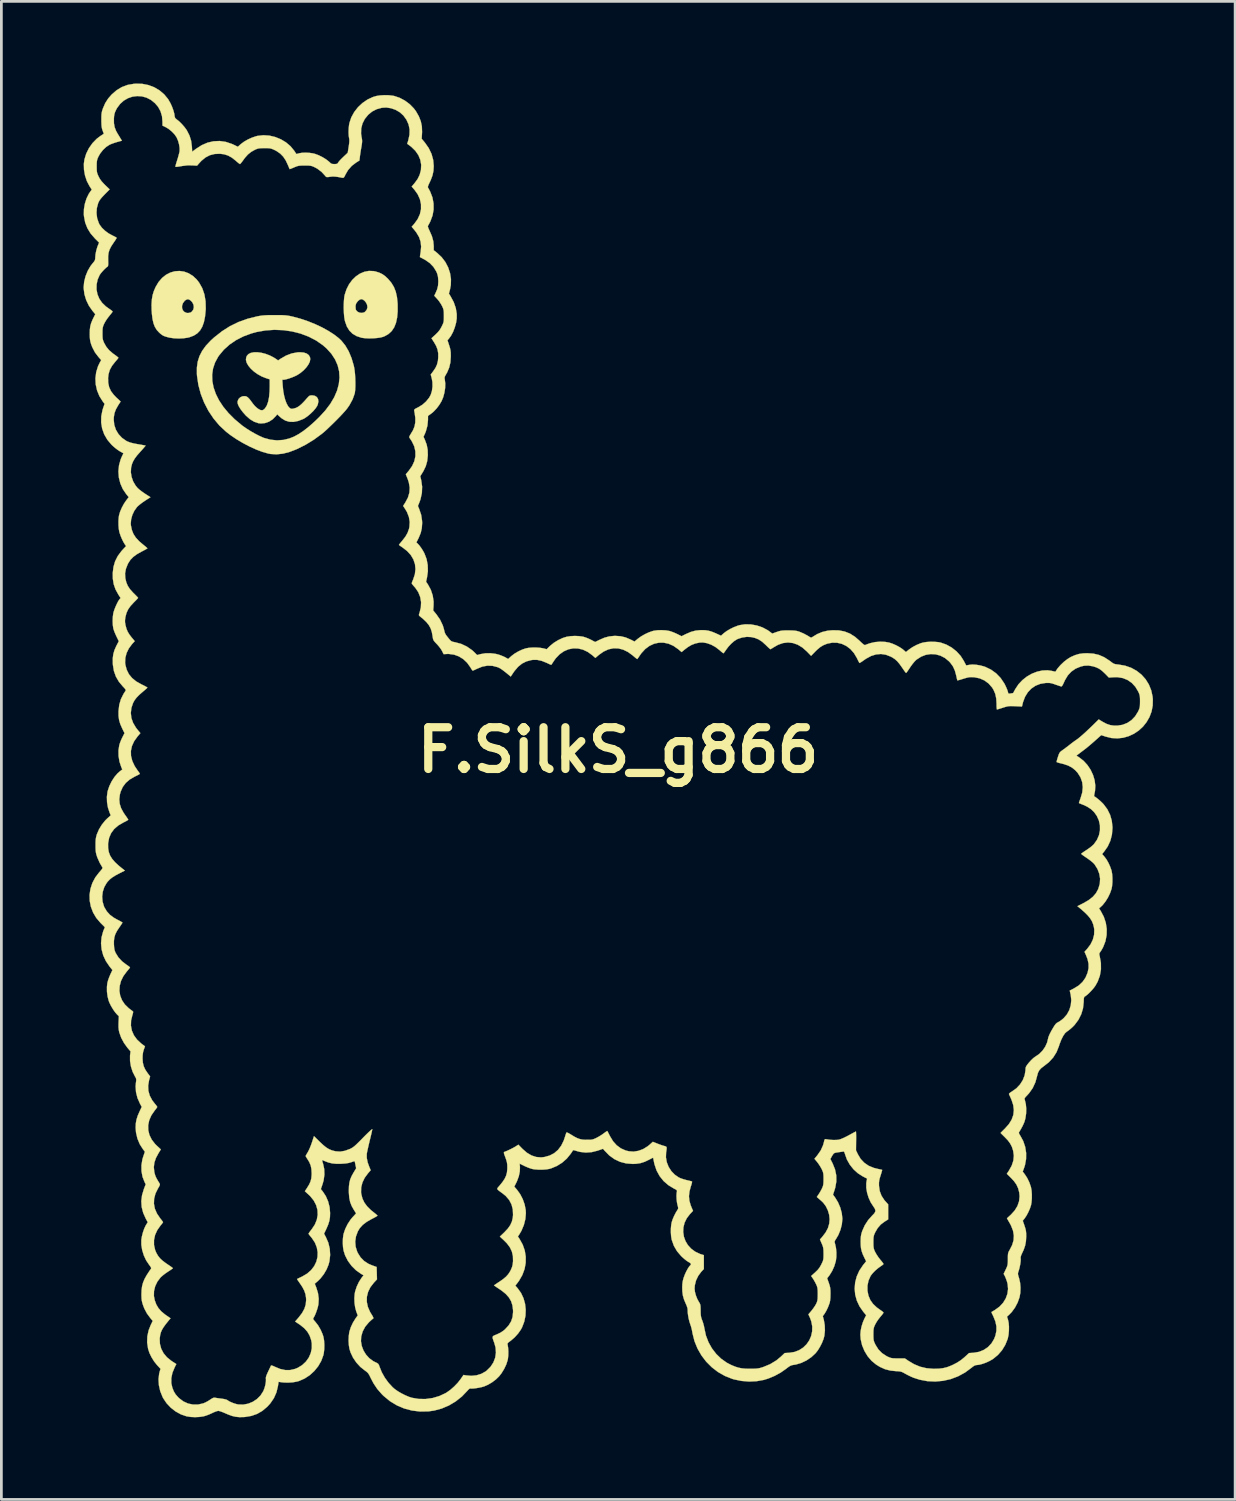
<source format=kicad_pcb>
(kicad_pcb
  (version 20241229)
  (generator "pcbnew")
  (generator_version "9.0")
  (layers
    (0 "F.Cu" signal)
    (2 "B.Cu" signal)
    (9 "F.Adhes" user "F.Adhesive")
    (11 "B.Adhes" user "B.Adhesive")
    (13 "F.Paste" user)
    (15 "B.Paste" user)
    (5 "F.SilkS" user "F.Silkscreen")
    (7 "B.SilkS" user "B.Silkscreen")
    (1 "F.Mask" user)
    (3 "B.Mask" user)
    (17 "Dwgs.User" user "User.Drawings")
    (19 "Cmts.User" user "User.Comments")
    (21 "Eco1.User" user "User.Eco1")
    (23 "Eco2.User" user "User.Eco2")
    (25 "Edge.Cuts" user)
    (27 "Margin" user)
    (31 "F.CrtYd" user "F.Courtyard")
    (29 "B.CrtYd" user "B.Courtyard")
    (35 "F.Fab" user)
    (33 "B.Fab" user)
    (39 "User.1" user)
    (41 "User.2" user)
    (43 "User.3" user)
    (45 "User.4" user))
  (footprint "F.SilkS_g866"
    (layer "F.Cu")
    (at 19.52 24.341)
    (property "Reference" "F.SilkS_g866" (at 0 0 0) (layer "F.SilkS") (effects (font (size 1.524 1.524) (thickness 0.3))))
    (attr through_hole)
    (fp_poly (pts (xy -15.846 -17.472) (xy -15.683 -17.412) (xy -15.528 -17.316) (xy -15.386 -17.183) (xy -15.297 -17.068) (xy -15.183 -16.865) (xy -15.105 -16.639) (xy -15.063 -16.39) (xy -15.056 -16.12) (xy -15.059 -16.066) (xy -15.083 -15.827) (xy -15.124 -15.626) (xy -15.184 -15.459) (xy -15.264 -15.323) (xy -15.366 -15.217) (xy -15.492 -15.136) (xy -15.644 -15.078) (xy -15.721 -15.059) (xy -15.876 -15.037) (xy -16.048 -15.03) (xy -16.221 -15.038) (xy -16.377 -15.061) (xy -16.419 -15.071) (xy -16.52 -15.099) (xy -16.592 -15.125) (xy -16.651 -15.158) (xy -16.709 -15.203) (xy -16.758 -15.247) (xy -16.845 -15.341) (xy -16.913 -15.451) (xy -16.964 -15.582) (xy -17 -15.739) (xy -17.023 -15.927) (xy -17.033 -16.076) (xy -17.035 -16.223) (xy -15.922 -16.223) (xy -15.921 -16.136) (xy -15.891 -16.058) (xy -15.835 -15.999) (xy -15.755 -15.965) (xy -15.702 -15.96) (xy -15.613 -15.979) (xy -15.569 -16.007) (xy -15.513 -16.082) (xy -15.492 -16.171) (xy -15.504 -16.265) (xy -15.55 -16.355) (xy -15.599 -16.409) (xy -15.67 -16.456) (xy -15.735 -16.462) (xy -15.801 -16.427) (xy -15.831 -16.4) (xy -15.893 -16.314) (xy -15.922 -16.223) (xy -17.035 -16.223) (xy -17.036 -16.281) (xy -17.024 -16.457) (xy -16.997 -16.614) (xy -16.952 -16.762) (xy -16.887 -16.912) (xy -16.887 -16.912) (xy -16.779 -17.094) (xy -16.65 -17.243) (xy -16.505 -17.358) (xy -16.348 -17.439) (xy -16.183 -17.485) (xy -16.015 -17.496) (xy -15.846 -17.472)) (stroke (width 0.01) (type solid)) (fill yes) (layer "F.SilkS"))
    (fp_poly (pts (xy -8.924 -17.491) (xy -8.852 -17.476) (xy -8.719 -17.434) (xy -8.608 -17.38) (xy -8.504 -17.306) (xy -8.403 -17.211) (xy -8.28 -17.066) (xy -8.186 -16.912) (xy -8.118 -16.74) (xy -8.074 -16.544) (xy -8.051 -16.317) (xy -8.049 -16.286) (xy -8.048 -16.023) (xy -8.068 -15.795) (xy -8.11 -15.601) (xy -8.175 -15.437) (xy -8.265 -15.303) (xy -8.379 -15.197) (xy -8.519 -15.116) (xy -8.587 -15.089) (xy -8.684 -15.064) (xy -8.811 -15.047) (xy -8.954 -15.036) (xy -9.1 -15.034) (xy -9.238 -15.04) (xy -9.354 -15.055) (xy -9.372 -15.059) (xy -9.548 -15.117) (xy -9.695 -15.203) (xy -9.813 -15.32) (xy -9.904 -15.468) (xy -9.968 -15.649) (xy -9.984 -15.714) (xy -10.001 -15.826) (xy -10.012 -15.965) (xy -10.018 -16.118) (xy -10.018 -16.158) (xy -9.587 -16.158) (xy -9.576 -16.086) (xy -9.567 -16.065) (xy -9.514 -16.008) (xy -9.439 -15.973) (xy -9.354 -15.964) (xy -9.275 -15.983) (xy -9.245 -16.001) (xy -9.179 -16.077) (xy -9.152 -16.166) (xy -9.163 -16.256) (xy -9.2 -16.336) (xy -9.255 -16.405) (xy -9.318 -16.452) (xy -9.375 -16.468) (xy -9.433 -16.449) (xy -9.496 -16.4) (xy -9.551 -16.329) (xy -9.565 -16.305) (xy -9.584 -16.239) (xy -9.587 -16.158) (xy -10.018 -16.158) (xy -10.017 -16.274) (xy -10.01 -16.421) (xy -9.998 -16.547) (xy -9.984 -16.622) (xy -9.917 -16.827) (xy -9.824 -17.01) (xy -9.708 -17.168) (xy -9.574 -17.298) (xy -9.425 -17.399) (xy -9.265 -17.466) (xy -9.097 -17.498) (xy -8.924 -17.491)) (stroke (width 0.01) (type solid)) (fill yes) (layer "F.SilkS"))
    (fp_poly (pts (xy -11.48 -14.517) (xy -11.37 -14.481) (xy -11.292 -14.422) (xy -11.249 -14.342) (xy -11.24 -14.274) (xy -11.258 -14.18) (xy -11.31 -14.076) (xy -11.389 -13.967) (xy -11.49 -13.861) (xy -11.607 -13.765) (xy -11.709 -13.699) (xy -11.792 -13.657) (xy -11.891 -13.615) (xy -11.995 -13.577) (xy -12.093 -13.547) (xy -12.171 -13.529) (xy -12.204 -13.525) (xy -12.261 -13.525) (xy -12.246 -13.3) (xy -12.227 -13.116) (xy -12.195 -12.943) (xy -12.154 -12.788) (xy -12.104 -12.656) (xy -12.048 -12.555) (xy -12 -12.5) (xy -11.955 -12.469) (xy -11.913 -12.46) (xy -11.853 -12.47) (xy -11.852 -12.47) (xy -11.774 -12.492) (xy -11.701 -12.526) (xy -11.629 -12.575) (xy -11.55 -12.644) (xy -11.458 -12.739) (xy -11.355 -12.855) (xy -11.304 -12.91) (xy -11.265 -12.94) (xy -11.222 -12.952) (xy -11.168 -12.954) (xy -11.071 -12.937) (xy -10.999 -12.89) (xy -10.956 -12.819) (xy -10.943 -12.729) (xy -10.964 -12.625) (xy -10.988 -12.567) (xy -11.044 -12.482) (xy -11.126 -12.386) (xy -11.224 -12.289) (xy -11.33 -12.199) (xy -11.431 -12.127) (xy -11.493 -12.092) (xy -11.68 -12.019) (xy -11.851 -11.985) (xy -12.007 -11.99) (xy -12.151 -12.033) (xy -12.285 -12.115) (xy -12.329 -12.153) (xy -12.447 -12.26) (xy -12.492 -12.203) (xy -12.611 -12.081) (xy -12.746 -11.993) (xy -12.893 -11.941) (xy -13.045 -11.927) (xy -13.138 -11.938) (xy -13.289 -11.99) (xy -13.44 -12.082) (xy -13.588 -12.211) (xy -13.701 -12.339) (xy -13.795 -12.464) (xy -13.857 -12.568) (xy -13.89 -12.653) (xy -13.896 -12.725) (xy -13.893 -12.74) (xy -13.857 -12.823) (xy -13.792 -12.885) (xy -13.708 -12.921) (xy -13.618 -12.925) (xy -13.566 -12.911) (xy -13.517 -12.878) (xy -13.46 -12.819) (xy -13.419 -12.766) (xy -13.334 -12.65) (xy -13.261 -12.563) (xy -13.19 -12.498) (xy -13.136 -12.458) (xy -13.057 -12.416) (xy -12.993 -12.408) (xy -12.936 -12.436) (xy -12.895 -12.476) (xy -12.829 -12.578) (xy -12.779 -12.717) (xy -12.744 -12.892) (xy -12.725 -13.106) (xy -12.721 -13.283) (xy -12.721 -13.538) (xy -12.864 -13.585) (xy -13.017 -13.646) (xy -13.162 -13.727) (xy -13.294 -13.821) (xy -13.408 -13.925) (xy -13.499 -14.034) (xy -13.561 -14.141) (xy -13.588 -14.243) (xy -13.589 -14.263) (xy -13.579 -14.334) (xy -13.558 -14.392) (xy -13.501 -14.458) (xy -13.414 -14.503) (xy -13.302 -14.526) (xy -13.171 -14.528) (xy -13.028 -14.509) (xy -12.877 -14.471) (xy -12.724 -14.413) (xy -12.575 -14.337) (xy -12.488 -14.281) (xy -12.414 -14.229) (xy -12.33 -14.287) (xy -12.125 -14.406) (xy -11.916 -14.485) (xy -11.706 -14.524) (xy -11.62 -14.528) (xy -11.48 -14.517)) (stroke (width 0.01) (type solid)) (fill yes) (layer "F.SilkS"))
    (fp_poly (pts (xy -12.382 -15.884) (xy -12.266 -15.882) (xy -12.173 -15.877) (xy -12.094 -15.869) (xy -12.018 -15.858) (xy -11.936 -15.841) (xy -11.866 -15.825) (xy -11.597 -15.752) (xy -11.327 -15.661) (xy -11.064 -15.555) (xy -10.814 -15.438) (xy -10.583 -15.311) (xy -10.378 -15.18) (xy -10.204 -15.046) (xy -10.107 -14.955) (xy -9.962 -14.776) (xy -9.837 -14.563) (xy -9.734 -14.318) (xy -9.653 -14.044) (xy -9.641 -13.991) (xy -9.622 -13.878) (xy -9.607 -13.74) (xy -9.597 -13.589) (xy -9.593 -13.435) (xy -9.593 -13.288) (xy -9.599 -13.157) (xy -9.611 -13.054) (xy -9.618 -13.019) (xy -9.694 -12.806) (xy -9.811 -12.592) (xy -9.89 -12.478) (xy -9.948 -12.406) (xy -10.032 -12.312) (xy -10.134 -12.202) (xy -10.25 -12.083) (xy -10.373 -11.96) (xy -10.496 -11.84) (xy -10.613 -11.728) (xy -10.718 -11.632) (xy -10.806 -11.558) (xy -10.814 -11.551) (xy -11.11 -11.334) (xy -11.416 -11.147) (xy -11.724 -10.993) (xy -11.997 -10.887) (xy -12.236 -10.825) (xy -12.469 -10.8) (xy -12.69 -10.813) (xy -12.77 -10.828) (xy -12.983 -10.888) (xy -13.214 -10.975) (xy -13.456 -11.085) (xy -13.7 -11.213) (xy -13.938 -11.355) (xy -14.16 -11.506) (xy -14.314 -11.626) (xy -14.556 -11.851) (xy -14.771 -12.107) (xy -14.959 -12.388) (xy -15.115 -12.69) (xy -15.239 -13.007) (xy -15.326 -13.334) (xy -15.375 -13.666) (xy -15.378 -13.707) (xy -14.823 -13.707) (xy -14.816 -13.477) (xy -14.771 -13.243) (xy -14.689 -13.007) (xy -14.571 -12.771) (xy -14.417 -12.538) (xy -14.227 -12.308) (xy -14.003 -12.084) (xy -13.745 -11.867) (xy -13.699 -11.832) (xy -13.567 -11.74) (xy -13.416 -11.645) (xy -13.258 -11.555) (xy -13.106 -11.476) (xy -12.97 -11.415) (xy -12.933 -11.4) (xy -12.695 -11.335) (xy -12.456 -11.31) (xy -12.219 -11.327) (xy -12.004 -11.379) (xy -11.837 -11.445) (xy -11.665 -11.538) (xy -11.485 -11.658) (xy -11.293 -11.809) (xy -11.086 -11.992) (xy -10.912 -12.16) (xy -10.691 -12.401) (xy -10.508 -12.643) (xy -10.365 -12.885) (xy -10.261 -13.127) (xy -10.197 -13.366) (xy -10.172 -13.601) (xy -10.186 -13.83) (xy -10.24 -14.053) (xy -10.334 -14.266) (xy -10.467 -14.47) (xy -10.64 -14.662) (xy -10.781 -14.786) (xy -11.029 -14.958) (xy -11.302 -15.099) (xy -11.596 -15.21) (xy -11.905 -15.288) (xy -12.225 -15.334) (xy -12.551 -15.347) (xy -12.878 -15.324) (xy -13.201 -15.267) (xy -13.387 -15.216) (xy -13.679 -15.108) (xy -13.947 -14.971) (xy -14.186 -14.809) (xy -14.394 -14.622) (xy -14.568 -14.414) (xy -14.608 -14.355) (xy -14.719 -14.148) (xy -14.791 -13.931) (xy -14.823 -13.707) (xy -15.378 -13.707) (xy -15.38 -13.737) (xy -15.38 -13.97) (xy -15.35 -14.185) (xy -15.286 -14.386) (xy -15.187 -14.579) (xy -15.052 -14.766) (xy -14.877 -14.953) (xy -14.752 -15.067) (xy -14.466 -15.293) (xy -14.172 -15.48) (xy -13.863 -15.631) (xy -13.535 -15.749) (xy -13.182 -15.837) (xy -13.086 -15.855) (xy -12.996 -15.868) (xy -12.902 -15.876) (xy -12.795 -15.882) (xy -12.664 -15.884) (xy -12.531 -15.884) (xy -12.382 -15.884)) (stroke (width 0.01) (type solid)) (fill yes) (layer "F.SilkS"))
    (fp_poly (pts (xy -17.373 -24.329) (xy -17.148 -24.284) (xy -16.937 -24.204) (xy -16.745 -24.09) (xy -16.575 -23.946) (xy -16.433 -23.774) (xy -16.343 -23.618) (xy -16.285 -23.488) (xy -16.238 -23.358) (xy -16.206 -23.241) (xy -16.193 -23.147) (xy -16.192 -23.136) (xy -16.174 -23.082) (xy -16.122 -23.034) (xy -16.03 -22.961) (xy -15.931 -22.863) (xy -15.836 -22.755) (xy -15.758 -22.648) (xy -15.744 -22.626) (xy -15.65 -22.441) (xy -15.591 -22.252) (xy -15.564 -22.045) (xy -15.563 -22.043) (xy -15.552 -21.85) (xy -15.412 -21.956) (xy -15.205 -22.089) (xy -14.991 -22.182) (xy -14.771 -22.232) (xy -14.549 -22.242) (xy -14.325 -22.21) (xy -14.101 -22.135) (xy -14.042 -22.108) (xy -13.884 -22.032) (xy -13.776 -22.129) (xy -13.661 -22.215) (xy -13.519 -22.297) (xy -13.364 -22.367) (xy -13.212 -22.418) (xy -13.166 -22.429) (xy -12.951 -22.453) (xy -12.734 -22.439) (xy -12.519 -22.388) (xy -12.315 -22.305) (xy -12.126 -22.192) (xy -11.96 -22.05) (xy -11.823 -21.883) (xy -11.81 -21.863) (xy -11.747 -21.766) (xy -11.636 -21.796) (xy -11.536 -21.812) (xy -11.411 -21.816) (xy -11.277 -21.81) (xy -11.15 -21.792) (xy -11.064 -21.771) (xy -10.929 -21.72) (xy -10.791 -21.651) (xy -10.663 -21.572) (xy -10.558 -21.49) (xy -10.521 -21.455) (xy -10.481 -21.42) (xy -10.433 -21.404) (xy -10.361 -21.399) (xy -10.294 -21.402) (xy -10.255 -21.414) (xy -10.23 -21.441) (xy -10.222 -21.455) (xy -10.194 -21.493) (xy -10.144 -21.55) (xy -10.078 -21.617) (xy -10.032 -21.661) (xy -9.872 -21.812) (xy -9.836 -22.035) (xy -9.819 -22.157) (xy -9.812 -22.248) (xy -9.816 -22.316) (xy -9.821 -22.341) (xy -9.836 -22.44) (xy -9.841 -22.563) (xy -9.837 -22.696) (xy -9.824 -22.822) (xy -9.81 -22.9) (xy -9.741 -23.106) (xy -9.635 -23.299) (xy -9.497 -23.476) (xy -9.334 -23.629) (xy -9.151 -23.755) (xy -8.952 -23.848) (xy -8.824 -23.886) (xy -8.689 -23.907) (xy -8.533 -23.916) (xy -8.372 -23.913) (xy -8.226 -23.896) (xy -8.173 -23.886) (xy -7.975 -23.819) (xy -7.784 -23.717) (xy -7.608 -23.586) (xy -7.458 -23.433) (xy -7.381 -23.33) (xy -7.275 -23.144) (xy -7.204 -22.964) (xy -7.165 -22.778) (xy -7.157 -22.576) (xy -7.16 -22.517) (xy -7.171 -22.324) (xy -7.055 -22.184) (xy -6.914 -21.983) (xy -6.812 -21.771) (xy -6.751 -21.549) (xy -6.731 -21.325) (xy -6.742 -21.148) (xy -6.777 -20.983) (xy -6.841 -20.814) (xy -6.879 -20.734) (xy -6.923 -20.64) (xy -6.944 -20.575) (xy -6.943 -20.543) (xy -6.924 -20.513) (xy -6.894 -20.457) (xy -6.859 -20.389) (xy -6.779 -20.181) (xy -6.738 -19.963) (xy -6.736 -19.742) (xy -6.774 -19.523) (xy -6.852 -19.314) (xy -6.859 -19.298) (xy -6.895 -19.229) (xy -6.925 -19.173) (xy -6.943 -19.144) (xy -6.944 -19.112) (xy -6.922 -19.047) (xy -6.879 -18.953) (xy -6.797 -18.764) (xy -6.748 -18.585) (xy -6.731 -18.409) (xy -6.731 -18.393) (xy -6.731 -18.252) (xy -6.604 -18.152) (xy -6.441 -17.999) (xy -6.306 -17.821) (xy -6.204 -17.624) (xy -6.135 -17.415) (xy -6.102 -17.199) (xy -6.107 -16.982) (xy -6.138 -16.817) (xy -6.177 -16.669) (xy -6.117 -16.573) (xy -6.001 -16.358) (xy -5.926 -16.141) (xy -5.891 -15.925) (xy -5.891 -15.766) (xy -5.916 -15.601) (xy -5.963 -15.432) (xy -6.026 -15.269) (xy -6.103 -15.125) (xy -6.186 -15.013) (xy -6.229 -14.967) (xy -6.168 -14.781) (xy -6.138 -14.683) (xy -6.12 -14.6) (xy -6.11 -14.514) (xy -6.108 -14.408) (xy -6.108 -14.372) (xy -6.122 -14.159) (xy -6.167 -13.967) (xy -6.243 -13.788) (xy -6.297 -13.695) (xy -6.328 -13.636) (xy -6.336 -13.587) (xy -6.328 -13.534) (xy -6.31 -13.389) (xy -6.315 -13.223) (xy -6.341 -13.051) (xy -6.386 -12.884) (xy -6.442 -12.749) (xy -6.525 -12.61) (xy -6.627 -12.474) (xy -6.739 -12.357) (xy -6.816 -12.293) (xy -6.94 -12.203) (xy -6.941 -12.054) (xy -6.962 -11.846) (xy -7.019 -11.638) (xy -7.056 -11.546) (xy -7.105 -11.441) (xy -7.056 -11.334) (xy -6.988 -11.152) (xy -6.953 -10.969) (xy -6.947 -10.771) (xy -6.948 -10.754) (xy -6.97 -10.551) (xy -7.021 -10.369) (xy -7.105 -10.193) (xy -7.137 -10.139) (xy -7.223 -10.001) (xy -7.188 -9.853) (xy -7.155 -9.62) (xy -7.164 -9.388) (xy -7.215 -9.156) (xy -7.262 -9.028) (xy -7.309 -8.914) (xy -7.264 -8.809) (xy -7.19 -8.59) (xy -7.157 -8.368) (xy -7.154 -8.287) (xy -7.167 -8.102) (xy -7.206 -7.93) (xy -7.278 -7.755) (xy -7.291 -7.728) (xy -7.364 -7.583) (xy -7.321 -7.543) (xy -7.26 -7.477) (xy -7.19 -7.383) (xy -7.122 -7.276) (xy -7.07 -7.18) (xy -6.993 -6.977) (xy -6.951 -6.758) (xy -6.945 -6.529) (xy -6.977 -6.302) (xy -7.011 -6.147) (xy -6.943 -6.048) (xy -6.838 -5.855) (xy -6.768 -5.644) (xy -6.736 -5.425) (xy -6.738 -5.268) (xy -6.751 -5.099) (xy -6.637 -4.961) (xy -6.5 -4.763) (xy -6.4 -4.552) (xy -6.358 -4.411) (xy -6.34 -4.335) (xy -6.324 -4.281) (xy -6.305 -4.239) (xy -6.277 -4.195) (xy -6.233 -4.138) (xy -6.195 -4.09) (xy -6.141 -4.025) (xy -6.1 -3.985) (xy -6.058 -3.962) (xy -6.002 -3.947) (xy -5.953 -3.938) (xy -5.729 -3.878) (xy -5.519 -3.779) (xy -5.328 -3.646) (xy -5.245 -3.569) (xy -5.147 -3.471) (xy -5.023 -3.504) (xy -4.848 -3.534) (xy -4.658 -3.537) (xy -4.471 -3.514) (xy -4.35 -3.483) (xy -4.259 -3.449) (xy -4.171 -3.413) (xy -4.105 -3.38) (xy -4.098 -3.376) (xy -4.014 -3.326) (xy -3.9 -3.43) (xy -3.784 -3.519) (xy -3.642 -3.603) (xy -3.491 -3.673) (xy -3.365 -3.715) (xy -3.258 -3.734) (xy -3.126 -3.744) (xy -2.984 -3.744) (xy -2.849 -3.735) (xy -2.737 -3.716) (xy -2.731 -3.715) (xy -2.608 -3.683) (xy -2.479 -3.808) (xy -2.346 -3.917) (xy -2.188 -4.014) (xy -2.023 -4.092) (xy -1.881 -4.137) (xy -1.738 -4.16) (xy -1.577 -4.168) (xy -1.416 -4.161) (xy -1.276 -4.14) (xy -1.264 -4.137) (xy -1.176 -4.109) (xy -1.075 -4.068) (xy -0.984 -4.025) (xy -0.836 -3.947) (xy -0.677 -4.026) (xy -0.497 -4.104) (xy -0.325 -4.15) (xy -0.147 -4.169) (xy -0.095 -4.17) (xy 0.095 -4.157) (xy 0.272 -4.115) (xy 0.451 -4.039) (xy 0.46 -4.035) (xy 0.601 -3.964) (xy 0.729 -4.071) (xy 0.843 -4.153) (xy 0.979 -4.231) (xy 1.122 -4.298) (xy 1.257 -4.345) (xy 1.308 -4.358) (xy 1.44 -4.376) (xy 1.591 -4.38) (xy 1.74 -4.372) (xy 1.868 -4.351) (xy 1.874 -4.35) (xy 1.956 -4.324) (xy 2.056 -4.285) (xy 2.151 -4.242) (xy 2.16 -4.238) (xy 2.319 -4.158) (xy 2.477 -4.237) (xy 2.66 -4.316) (xy 2.834 -4.363) (xy 3.015 -4.381) (xy 3.054 -4.381) (xy 3.186 -4.377) (xy 3.302 -4.359) (xy 3.418 -4.326) (xy 3.549 -4.273) (xy 3.589 -4.255) (xy 3.759 -4.177) (xy 3.864 -4.27) (xy 3.963 -4.344) (xy 4.089 -4.419) (xy 4.227 -4.487) (xy 4.363 -4.54) (xy 4.434 -4.561) (xy 4.639 -4.593) (xy 4.854 -4.588) (xy 5.07 -4.549) (xy 5.277 -4.478) (xy 5.466 -4.377) (xy 5.532 -4.33) (xy 5.63 -4.255) (xy 5.794 -4.313) (xy 5.87 -4.338) (xy 5.936 -4.355) (xy 6.004 -4.364) (xy 6.088 -4.369) (xy 6.199 -4.37) (xy 6.223 -4.37) (xy 6.346 -4.368) (xy 6.438 -4.363) (xy 6.512 -4.353) (xy 6.579 -4.336) (xy 6.625 -4.321) (xy 6.775 -4.257) (xy 6.928 -4.175) (xy 7.011 -4.122) (xy 7.051 -4.107) (xy 7.086 -4.122) (xy 7.271 -4.235) (xy 7.455 -4.312) (xy 7.649 -4.359) (xy 7.832 -4.376) (xy 8.064 -4.371) (xy 8.274 -4.33) (xy 8.469 -4.253) (xy 8.652 -4.137) (xy 8.82 -3.99) (xy 8.907 -3.907) (xy 8.97 -3.855) (xy 9.009 -3.834) (xy 9.021 -3.835) (xy 9.054 -3.849) (xy 9.114 -3.872) (xy 9.192 -3.898) (xy 9.214 -3.905) (xy 9.382 -3.943) (xy 9.568 -3.959) (xy 9.753 -3.951) (xy 9.896 -3.926) (xy 10.02 -3.886) (xy 10.154 -3.827) (xy 10.282 -3.758) (xy 10.389 -3.687) (xy 10.421 -3.66) (xy 10.512 -3.58) (xy 10.616 -3.665) (xy 10.747 -3.756) (xy 10.897 -3.837) (xy 11.048 -3.9) (xy 11.139 -3.926) (xy 11.265 -3.947) (xy 11.412 -3.956) (xy 11.562 -3.954) (xy 11.701 -3.941) (xy 11.78 -3.926) (xy 11.989 -3.852) (xy 12.184 -3.743) (xy 12.361 -3.603) (xy 12.511 -3.438) (xy 12.624 -3.26) (xy 12.662 -3.187) (xy 12.692 -3.13) (xy 12.709 -3.099) (xy 12.711 -3.095) (xy 12.732 -3.096) (xy 12.782 -3.104) (xy 12.826 -3.113) (xy 12.938 -3.124) (xy 13.074 -3.116) (xy 13.22 -3.092) (xy 13.365 -3.054) (xy 13.412 -3.037) (xy 13.621 -2.936) (xy 13.808 -2.801) (xy 13.969 -2.634) (xy 14.1 -2.441) (xy 14.129 -2.387) (xy 14.171 -2.298) (xy 14.207 -2.214) (xy 14.23 -2.149) (xy 14.236 -2.127) (xy 14.247 -2.081) (xy 14.265 -2.062) (xy 14.305 -2.062) (xy 14.337 -2.067) (xy 14.392 -2.076) (xy 14.424 -2.082) (xy 14.427 -2.083) (xy 14.437 -2.101) (xy 14.463 -2.147) (xy 14.498 -2.213) (xy 14.51 -2.233) (xy 14.624 -2.405) (xy 14.767 -2.556) (xy 14.931 -2.686) (xy 15.111 -2.789) (xy 15.301 -2.863) (xy 15.494 -2.906) (xy 15.685 -2.914) (xy 15.833 -2.893) (xy 15.902 -2.877) (xy 15.952 -2.867) (xy 15.972 -2.864) (xy 16.049 -2.98) (xy 16.155 -3.102) (xy 16.277 -3.219) (xy 16.406 -3.32) (xy 16.53 -3.397) (xy 16.532 -3.398) (xy 16.686 -3.466) (xy 16.832 -3.51) (xy 16.986 -3.532) (xy 17.134 -3.537) (xy 17.358 -3.522) (xy 17.562 -3.474) (xy 17.754 -3.39) (xy 17.944 -3.267) (xy 17.981 -3.239) (xy 18.048 -3.188) (xy 18.101 -3.156) (xy 18.155 -3.138) (xy 18.227 -3.128) (xy 18.277 -3.123) (xy 18.518 -3.081) (xy 18.739 -3.004) (xy 18.94 -2.893) (xy 19.116 -2.753) (xy 19.265 -2.586) (xy 19.384 -2.394) (xy 19.47 -2.182) (xy 19.52 -1.951) (xy 19.529 -1.853) (xy 19.524 -1.625) (xy 19.482 -1.408) (xy 19.406 -1.206) (xy 19.3 -1.021) (xy 19.168 -0.855) (xy 19.013 -0.713) (xy 18.838 -0.596) (xy 18.648 -0.508) (xy 18.446 -0.45) (xy 18.235 -0.427) (xy 18.019 -0.44) (xy 17.802 -0.493) (xy 17.645 -0.546) (xy 17.404 -0.331) (xy 17.306 -0.245) (xy 17.205 -0.159) (xy 17.111 -0.081) (xy 17.035 -0.022) (xy 17.021 -0.011) (xy 16.944 0.047) (xy 16.871 0.102) (xy 16.816 0.144) (xy 16.809 0.149) (xy 16.741 0.203) (xy 16.845 0.271) (xy 17.004 0.396) (xy 17.142 0.548) (xy 17.257 0.721) (xy 17.345 0.909) (xy 17.403 1.103) (xy 17.428 1.298) (xy 17.418 1.486) (xy 17.411 1.523) (xy 17.396 1.598) (xy 17.386 1.654) (xy 17.383 1.682) (xy 17.383 1.683) (xy 17.448 1.725) (xy 17.529 1.789) (xy 17.615 1.863) (xy 17.694 1.939) (xy 17.728 1.975) (xy 17.866 2.159) (xy 17.967 2.362) (xy 18.03 2.582) (xy 18.055 2.817) (xy 18.055 2.846) (xy 18.035 3.087) (xy 17.977 3.312) (xy 17.881 3.52) (xy 17.762 3.692) (xy 17.677 3.797) (xy 17.761 3.892) (xy 17.836 3.993) (xy 17.909 4.121) (xy 17.972 4.261) (xy 18.019 4.396) (xy 18.023 4.412) (xy 18.044 4.532) (xy 18.053 4.677) (xy 18.052 4.828) (xy 18.04 4.969) (xy 18.022 5.066) (xy 17.968 5.222) (xy 17.892 5.381) (xy 17.799 5.53) (xy 17.698 5.658) (xy 17.627 5.727) (xy 17.564 5.779) (xy 17.629 5.88) (xy 17.738 6.087) (xy 17.811 6.306) (xy 17.845 6.531) (xy 17.841 6.756) (xy 17.799 6.977) (xy 17.718 7.187) (xy 17.691 7.239) (xy 17.652 7.307) (xy 17.615 7.364) (xy 17.595 7.392) (xy 17.577 7.421) (xy 17.574 7.458) (xy 17.586 7.519) (xy 17.589 7.529) (xy 17.632 7.772) (xy 17.634 8.009) (xy 17.595 8.236) (xy 17.516 8.452) (xy 17.434 8.601) (xy 17.376 8.681) (xy 17.301 8.769) (xy 17.219 8.855) (xy 17.139 8.93) (xy 17.072 8.982) (xy 17.063 8.987) (xy 17.036 9.006) (xy 17.019 9.029) (xy 17.01 9.067) (xy 17.006 9.129) (xy 17.004 9.204) (xy 16.979 9.43) (xy 16.914 9.647) (xy 16.811 9.851) (xy 16.672 10.037) (xy 16.598 10.113) (xy 16.527 10.177) (xy 16.455 10.235) (xy 16.396 10.277) (xy 16.394 10.277) (xy 16.324 10.338) (xy 16.255 10.438) (xy 16.187 10.573) (xy 16.122 10.739) (xy 16.098 10.815) (xy 16.011 11.033) (xy 15.89 11.226) (xy 15.735 11.396) (xy 15.557 11.536) (xy 15.452 11.616) (xy 15.38 11.696) (xy 15.334 11.786) (xy 15.304 11.895) (xy 15.24 12.13) (xy 15.142 12.342) (xy 15.008 12.532) (xy 14.939 12.608) (xy 14.884 12.666) (xy 14.854 12.704) (xy 14.845 12.734) (xy 14.85 12.767) (xy 14.857 12.788) (xy 14.891 12.93) (xy 14.906 13.095) (xy 14.901 13.271) (xy 14.876 13.443) (xy 14.846 13.557) (xy 14.815 13.636) (xy 14.769 13.734) (xy 14.715 13.834) (xy 14.663 13.922) (xy 14.645 13.95) (xy 14.636 13.977) (xy 14.65 14.018) (xy 14.687 14.079) (xy 14.691 14.085) (xy 14.796 14.278) (xy 14.867 14.489) (xy 14.902 14.711) (xy 14.9 14.935) (xy 14.86 15.155) (xy 14.83 15.249) (xy 14.778 15.393) (xy 14.853 15.491) (xy 14.941 15.626) (xy 15.018 15.785) (xy 15.075 15.95) (xy 15.08 15.969) (xy 15.101 16.088) (xy 15.111 16.231) (xy 15.11 16.381) (xy 15.098 16.522) (xy 15.08 16.622) (xy 15.039 16.745) (xy 14.98 16.878) (xy 14.913 17.004) (xy 14.844 17.106) (xy 14.842 17.108) (xy 14.779 17.187) (xy 14.843 17.371) (xy 14.875 17.473) (xy 14.894 17.558) (xy 14.903 17.646) (xy 14.905 17.757) (xy 14.905 17.757) (xy 14.895 17.937) (xy 14.865 18.096) (xy 14.811 18.252) (xy 14.764 18.352) (xy 14.72 18.449) (xy 14.701 18.518) (xy 14.702 18.551) (xy 14.705 18.607) (xy 14.699 18.691) (xy 14.684 18.791) (xy 14.663 18.894) (xy 14.638 18.989) (xy 14.63 19.014) (xy 14.611 19.07) (xy 14.603 19.113) (xy 14.606 19.157) (xy 14.621 19.215) (xy 14.643 19.283) (xy 14.681 19.45) (xy 14.697 19.635) (xy 14.69 19.82) (xy 14.661 19.98) (xy 14.593 20.172) (xy 14.496 20.357) (xy 14.376 20.522) (xy 14.274 20.627) (xy 14.203 20.69) (xy 14.238 20.796) (xy 14.263 20.911) (xy 14.275 21.052) (xy 14.273 21.205) (xy 14.259 21.355) (xy 14.232 21.488) (xy 14.227 21.505) (xy 14.141 21.719) (xy 14.022 21.915) (xy 13.873 22.087) (xy 13.7 22.23) (xy 13.575 22.304) (xy 13.443 22.366) (xy 13.31 22.414) (xy 13.187 22.446) (xy 13.087 22.458) (xy 13.085 22.458) (xy 13.03 22.47) (xy 12.962 22.511) (xy 12.908 22.555) (xy 12.673 22.729) (xy 12.418 22.868) (xy 12.15 22.97) (xy 11.871 23.033) (xy 11.586 23.059) (xy 11.299 23.046) (xy 11.014 22.992) (xy 10.795 22.922) (xy 10.692 22.878) (xy 10.579 22.823) (xy 10.488 22.774) (xy 10.411 22.731) (xy 10.35 22.704) (xy 10.289 22.69) (xy 10.211 22.683) (xy 10.16 22.681) (xy 9.944 22.659) (xy 9.749 22.609) (xy 9.563 22.525) (xy 9.423 22.439) (xy 9.256 22.301) (xy 9.113 22.133) (xy 8.997 21.941) (xy 8.911 21.733) (xy 8.861 21.516) (xy 8.848 21.345) (xy 8.86 21.204) (xy 8.892 21.046) (xy 8.942 20.889) (xy 8.995 20.766) (xy 9.06 20.637) (xy 8.955 20.511) (xy 8.818 20.315) (xy 8.72 20.106) (xy 8.66 19.888) (xy 8.64 19.666) (xy 8.658 19.443) (xy 8.715 19.223) (xy 8.81 19.011) (xy 8.945 18.81) (xy 8.952 18.801) (xy 9.06 18.668) (xy 8.999 18.547) (xy 8.937 18.414) (xy 8.896 18.299) (xy 8.871 18.186) (xy 8.861 18.061) (xy 8.859 17.96) (xy 8.861 17.845) (xy 8.868 17.757) (xy 8.881 17.681) (xy 8.904 17.601) (xy 8.918 17.56) (xy 9.009 17.355) (xy 9.132 17.165) (xy 9.278 17.001) (xy 9.278 17.001) (xy 9.352 16.924) (xy 9.391 16.86) (xy 9.396 16.799) (xy 9.368 16.731) (xy 9.325 16.668) (xy 9.226 16.515) (xy 9.148 16.343) (xy 9.094 16.163) (xy 9.064 15.984) (xy 9.064 15.817) (xy 9.078 15.725) (xy 9.095 15.65) (xy 8.935 15.567) (xy 8.758 15.454) (xy 8.598 15.309) (xy 8.463 15.139) (xy 8.357 14.952) (xy 8.29 14.763) (xy 8.271 14.703) (xy 8.252 14.666) (xy 8.243 14.659) (xy 8.208 14.663) (xy 8.136 14.673) (xy 8.033 14.688) (xy 7.944 14.702) (xy 7.9 14.716) (xy 7.864 14.747) (xy 7.824 14.807) (xy 7.815 14.822) (xy 7.753 14.933) (xy 7.836 15.097) (xy 7.923 15.313) (xy 7.968 15.531) (xy 7.971 15.752) (xy 7.932 15.977) (xy 7.906 16.065) (xy 7.849 16.235) (xy 7.925 16.338) (xy 8.032 16.513) (xy 8.115 16.707) (xy 8.169 16.909) (xy 8.191 17.105) (xy 8.191 17.124) (xy 8.173 17.316) (xy 8.123 17.515) (xy 8.046 17.705) (xy 7.961 17.85) (xy 7.925 17.906) (xy 7.909 17.945) (xy 7.912 17.986) (xy 7.929 18.047) (xy 7.958 18.182) (xy 7.973 18.34) (xy 7.972 18.5) (xy 7.955 18.647) (xy 7.951 18.663) (xy 7.899 18.841) (xy 7.821 19.017) (xy 7.725 19.173) (xy 7.712 19.19) (xy 7.636 19.29) (xy 7.697 19.461) (xy 7.725 19.546) (xy 7.743 19.62) (xy 7.753 19.696) (xy 7.757 19.79) (xy 7.757 19.865) (xy 7.754 19.999) (xy 7.744 20.103) (xy 7.726 20.187) (xy 7.717 20.214) (xy 7.667 20.345) (xy 7.608 20.47) (xy 7.547 20.574) (xy 7.525 20.606) (xy 7.477 20.67) (xy 7.516 20.818) (xy 7.547 21) (xy 7.554 21.197) (xy 7.534 21.389) (xy 7.534 21.39) (xy 7.501 21.513) (xy 7.445 21.652) (xy 7.373 21.793) (xy 7.293 21.923) (xy 7.213 22.025) (xy 7.059 22.168) (xy 6.881 22.289) (xy 6.689 22.38) (xy 6.494 22.438) (xy 6.412 22.451) (xy 6.355 22.461) (xy 6.303 22.479) (xy 6.248 22.51) (xy 6.178 22.561) (xy 6.129 22.6) (xy 5.936 22.734) (xy 5.718 22.853) (xy 5.491 22.948) (xy 5.323 23) (xy 5.06 23.047) (xy 4.784 23.06) (xy 4.505 23.037) (xy 4.234 22.981) (xy 4.17 22.962) (xy 3.901 22.855) (xy 3.651 22.713) (xy 3.423 22.538) (xy 3.22 22.335) (xy 3.046 22.107) (xy 2.902 21.857) (xy 2.792 21.588) (xy 2.72 21.305) (xy 2.709 21.241) (xy 2.689 21.141) (xy 2.66 21.034) (xy 2.636 20.966) (xy 2.605 20.869) (xy 2.577 20.754) (xy 2.556 20.633) (xy 2.543 20.523) (xy 2.542 20.441) (xy 2.534 20.376) (xy 2.503 20.284) (xy 2.472 20.214) (xy 2.407 20.06) (xy 2.367 19.917) (xy 2.347 19.768) (xy 2.343 19.621) (xy 2.348 19.498) (xy 2.362 19.396) (xy 2.388 19.294) (xy 2.402 19.251) (xy 2.442 19.146) (xy 2.491 19.039) (xy 2.544 18.942) (xy 2.594 18.864) (xy 2.635 18.817) (xy 2.662 18.784) (xy 2.657 18.753) (xy 2.615 18.718) (xy 2.566 18.69) (xy 2.508 18.652) (xy 2.432 18.593) (xy 2.351 18.522) (xy 2.305 18.478) (xy 2.153 18.3) (xy 2.039 18.105) (xy 1.962 17.889) (xy 1.958 17.876) (xy 1.938 17.759) (xy 1.928 17.618) (xy 1.929 17.472) (xy 1.941 17.336) (xy 1.958 17.245) (xy 1.993 17.137) (xy 2.045 17.015) (xy 2.105 16.897) (xy 2.163 16.801) (xy 2.164 16.8) (xy 2.187 16.764) (xy 2.195 16.732) (xy 2.191 16.689) (xy 2.173 16.621) (xy 2.172 16.618) (xy 2.151 16.516) (xy 2.138 16.398) (xy 2.133 16.28) (xy 2.139 16.178) (xy 2.146 16.137) (xy 2.152 16.1) (xy 2.144 16.074) (xy 2.114 16.05) (xy 2.054 16.019) (xy 2.044 16.014) (xy 1.84 15.891) (xy 1.664 15.739) (xy 1.519 15.559) (xy 1.407 15.354) (xy 1.331 15.129) (xy 1.317 15.067) (xy 1.301 14.987) (xy 1.288 14.924) (xy 1.281 14.889) (xy 1.28 14.886) (xy 1.262 14.893) (xy 1.216 14.915) (xy 1.152 14.949) (xy 1.142 14.954) (xy 0.973 15.035) (xy 0.815 15.085) (xy 0.65 15.109) (xy 0.535 15.113) (xy 0.296 15.094) (xy 0.073 15.036) (xy -0.132 14.939) (xy -0.32 14.804) (xy -0.491 14.629) (xy -0.492 14.629) (xy -0.549 14.56) (xy -0.746 14.628) (xy -0.962 14.682) (xy -1.178 14.698) (xy -1.388 14.674) (xy -1.489 14.648) (xy -1.56 14.626) (xy -1.614 14.612) (xy -1.639 14.608) (xy -1.639 14.609) (xy -1.653 14.628) (xy -1.683 14.674) (xy -1.725 14.736) (xy -1.731 14.745) (xy -1.871 14.917) (xy -2.04 15.066) (xy -2.232 15.186) (xy -2.438 15.273) (xy -2.507 15.293) (xy -2.623 15.313) (xy -2.763 15.323) (xy -2.911 15.322) (xy -3.05 15.311) (xy -3.119 15.3) (xy -3.195 15.279) (xy -3.291 15.244) (xy -3.389 15.202) (xy -3.416 15.189) (xy -3.593 15.102) (xy -3.583 15.229) (xy -3.588 15.388) (xy -3.624 15.562) (xy -3.689 15.739) (xy -3.715 15.794) (xy -3.789 15.942) (xy -3.694 16.051) (xy -3.577 16.212) (xy -3.481 16.397) (xy -3.411 16.595) (xy -3.373 16.793) (xy -3.366 16.91) (xy -3.385 17.126) (xy -3.44 17.344) (xy -3.526 17.55) (xy -3.605 17.685) (xy -3.658 17.763) (xy -3.596 17.855) (xy -3.482 18.06) (xy -3.407 18.276) (xy -3.371 18.5) (xy -3.373 18.726) (xy -3.414 18.95) (xy -3.494 19.167) (xy -3.611 19.372) (xy -3.65 19.426) (xy -3.75 19.558) (xy -3.666 19.654) (xy -3.544 19.824) (xy -3.454 20.015) (xy -3.396 20.222) (xy -3.372 20.438) (xy -3.381 20.657) (xy -3.425 20.871) (xy -3.503 21.076) (xy -3.55 21.164) (xy -3.652 21.309) (xy -3.78 21.45) (xy -3.917 21.568) (xy -3.948 21.59) (xy -4.004 21.632) (xy -4.032 21.663) (xy -4.037 21.694) (xy -4.033 21.714) (xy -4.015 21.825) (xy -4.007 21.958) (xy -4.009 22.097) (xy -4.021 22.222) (xy -4.031 22.275) (xy -4.081 22.433) (xy -4.159 22.598) (xy -4.255 22.755) (xy -4.345 22.87) (xy -4.46 22.982) (xy -4.599 23.087) (xy -4.747 23.175) (xy -4.889 23.237) (xy -4.895 23.239) (xy -4.979 23.263) (xy -5.078 23.284) (xy -5.179 23.301) (xy -5.272 23.313) (xy -5.345 23.317) (xy -5.388 23.312) (xy -5.424 23.32) (xy -5.477 23.367) (xy -5.498 23.392) (xy -5.702 23.605) (xy -5.93 23.786) (xy -6.178 23.934) (xy -6.442 24.046) (xy -6.717 24.12) (xy -6.927 24.149) (xy -7.234 24.154) (xy -7.529 24.118) (xy -7.811 24.043) (xy -8.078 23.929) (xy -8.329 23.777) (xy -8.561 23.586) (xy -8.627 23.521) (xy -8.791 23.333) (xy -8.929 23.127) (xy -9.028 22.939) (xy -9.073 22.846) (xy -9.11 22.781) (xy -9.146 22.735) (xy -9.19 22.697) (xy -9.244 22.658) (xy -9.409 22.527) (xy -9.556 22.367) (xy -9.678 22.188) (xy -9.768 21.998) (xy -9.81 21.863) (xy -9.832 21.721) (xy -9.841 21.559) (xy -9.834 21.395) (xy -9.814 21.25) (xy -9.81 21.234) (xy -9.759 21.075) (xy -9.682 20.91) (xy -9.588 20.758) (xy -9.579 20.744) (xy -9.506 20.646) (xy -9.561 20.499) (xy -9.6 20.354) (xy -9.624 20.187) (xy -9.63 20.015) (xy -9.617 19.853) (xy -9.601 19.769) (xy -9.543 19.592) (xy -9.463 19.422) (xy -9.371 19.279) (xy -9.294 19.18) (xy -9.383 19.128) (xy -9.57 18.996) (xy -9.732 18.835) (xy -9.866 18.653) (xy -9.967 18.455) (xy -10.022 18.283) (xy -10.044 18.15) (xy -10.052 17.998) (xy -10.048 17.844) (xy -10.032 17.707) (xy -10.022 17.663) (xy -9.962 17.486) (xy -9.875 17.309) (xy -9.769 17.148) (xy -9.696 17.06) (xy -9.639 16.999) (xy -9.595 16.95) (xy -9.57 16.922) (xy -9.567 16.918) (xy -9.578 16.9) (xy -9.606 16.855) (xy -9.645 16.793) (xy -9.649 16.788) (xy -9.728 16.648) (xy -9.783 16.506) (xy -9.816 16.351) (xy -9.83 16.173) (xy -9.832 16.087) (xy -9.827 15.925) (xy -9.81 15.791) (xy -9.779 15.672) (xy -9.728 15.553) (xy -9.655 15.422) (xy -9.649 15.413) (xy -9.564 15.272) (xy -9.59 15.145) (xy -9.604 15.077) (xy -9.615 15.029) (xy -9.62 15.012) (xy -9.64 15.016) (xy -9.689 15.031) (xy -9.749 15.052) (xy -9.841 15.078) (xy -9.952 15.096) (xy -10.094 15.106) (xy -10.118 15.107) (xy -10.291 15.108) (xy -10.438 15.094) (xy -10.572 15.062) (xy -10.708 15.011) (xy -10.713 15.008) (xy -10.767 14.985) (xy -10.803 14.973) (xy -10.81 14.972) (xy -10.806 14.993) (xy -10.792 15.044) (xy -10.771 15.112) (xy -10.77 15.114) (xy -10.73 15.302) (xy -10.724 15.505) (xy -10.752 15.711) (xy -10.789 15.843) (xy -10.854 16.033) (xy -10.784 16.118) (xy -10.672 16.288) (xy -10.588 16.482) (xy -10.534 16.692) (xy -10.516 16.902) (xy -10.521 17.055) (xy -10.543 17.191) (xy -10.585 17.327) (xy -10.65 17.479) (xy -10.652 17.483) (xy -10.737 17.661) (xy -10.673 17.779) (xy -10.581 17.989) (xy -10.528 18.211) (xy -10.514 18.438) (xy -10.539 18.663) (xy -10.572 18.79) (xy -10.644 18.966) (xy -10.746 19.14) (xy -10.867 19.295) (xy -10.957 19.385) (xy -11.076 19.488) (xy -11.02 19.627) (xy -10.958 19.831) (xy -10.931 20.037) (xy -10.942 20.235) (xy -10.942 20.235) (xy -10.962 20.332) (xy -10.995 20.443) (xy -11.034 20.554) (xy -11.076 20.653) (xy -11.115 20.725) (xy -11.122 20.734) (xy -11.134 20.758) (xy -11.13 20.784) (xy -11.105 20.821) (xy -11.055 20.878) (xy -11.051 20.883) (xy -10.952 21.011) (xy -10.863 21.164) (xy -10.792 21.325) (xy -10.76 21.423) (xy -10.736 21.558) (xy -10.726 21.715) (xy -10.729 21.878) (xy -10.747 22.027) (xy -10.762 22.098) (xy -10.838 22.305) (xy -10.95 22.5) (xy -11.092 22.675) (xy -11.258 22.827) (xy -11.445 22.949) (xy -11.646 23.038) (xy -11.723 23.06) (xy -11.875 23.088) (xy -12.046 23.099) (xy -12.215 23.094) (xy -12.278 23.087) (xy -12.396 23.07) (xy -12.421 23.229) (xy -12.476 23.458) (xy -12.569 23.667) (xy -12.701 23.86) (xy -12.812 23.981) (xy -12.989 24.13) (xy -13.18 24.241) (xy -13.389 24.314) (xy -13.619 24.353) (xy -13.684 24.357) (xy -13.832 24.359) (xy -13.964 24.346) (xy -14.094 24.316) (xy -14.235 24.265) (xy -14.353 24.214) (xy -14.44 24.177) (xy -14.521 24.148) (xy -14.582 24.132) (xy -14.6 24.13) (xy -14.648 24.14) (xy -14.72 24.165) (xy -14.803 24.201) (xy -14.828 24.214) (xy -14.926 24.258) (xy -15.033 24.299) (xy -15.127 24.328) (xy -15.136 24.33) (xy -15.283 24.352) (xy -15.449 24.36) (xy -15.613 24.352) (xy -15.757 24.329) (xy -15.758 24.329) (xy -15.962 24.259) (xy -16.157 24.152) (xy -16.334 24.014) (xy -16.487 23.852) (xy -16.609 23.67) (xy -16.634 23.622) (xy -16.719 23.41) (xy -16.768 23.192) (xy -16.781 22.977) (xy -16.758 22.772) (xy -16.737 22.691) (xy -16.708 22.595) (xy -16.843 22.449) (xy -16.946 22.319) (xy -17.039 22.168) (xy -17.114 22.013) (xy -17.162 21.866) (xy -17.162 21.865) (xy -17.197 21.633) (xy -17.19 21.408) (xy -17.142 21.187) (xy -17.068 21.001) (xy -16.993 20.845) (xy -17.077 20.746) (xy -17.204 20.574) (xy -17.3 20.392) (xy -17.348 20.267) (xy -17.375 20.18) (xy -17.392 20.104) (xy -17.401 20.023) (xy -17.405 19.922) (xy -17.405 19.865) (xy -17.399 19.712) (xy -17.381 19.575) (xy -17.346 19.446) (xy -17.292 19.316) (xy -17.216 19.178) (xy -17.114 19.022) (xy -17.052 18.935) (xy -17.053 18.903) (xy -17.087 18.846) (xy -17.126 18.794) (xy -17.233 18.635) (xy -17.318 18.453) (xy -17.378 18.259) (xy -17.409 18.064) (xy -17.409 17.886) (xy -17.387 17.754) (xy -17.351 17.613) (xy -17.304 17.478) (xy -17.252 17.366) (xy -17.235 17.337) (xy -17.175 17.242) (xy -17.245 17.114) (xy -17.341 16.9) (xy -17.396 16.687) (xy -17.41 16.473) (xy -17.383 16.254) (xy -17.315 16.027) (xy -17.312 16.021) (xy -17.249 15.856) (xy -17.29 15.775) (xy -17.365 15.584) (xy -17.403 15.378) (xy -17.405 15.163) (xy -17.371 14.949) (xy -17.342 14.853) (xy -17.279 14.666) (xy -17.348 14.577) (xy -17.466 14.393) (xy -17.552 14.187) (xy -17.603 13.967) (xy -17.617 13.791) (xy -17.611 13.638) (xy -17.587 13.498) (xy -17.543 13.357) (xy -17.479 13.209) (xy -17.394 13.03) (xy -17.458 12.913) (xy -17.55 12.705) (xy -17.603 12.492) (xy -17.618 12.279) (xy -17.607 12.152) (xy -17.596 12.073) (xy -17.596 12.021) (xy -17.606 11.98) (xy -17.63 11.935) (xy -17.637 11.925) (xy -17.726 11.75) (xy -17.788 11.555) (xy -17.821 11.354) (xy -17.822 11.16) (xy -17.818 11.127) (xy -17.802 11.004) (xy -17.918 10.868) (xy -18.042 10.696) (xy -18.144 10.506) (xy -18.213 10.313) (xy -18.215 10.306) (xy -18.233 10.218) (xy -18.242 10.123) (xy -18.242 10.006) (xy -18.24 9.944) (xy -18.23 9.718) (xy -18.292 9.659) (xy -18.365 9.576) (xy -18.442 9.466) (xy -18.515 9.344) (xy -18.575 9.222) (xy -18.6 9.158) (xy -18.641 8.999) (xy -18.664 8.822) (xy -18.665 8.644) (xy -18.649 8.504) (xy -18.627 8.42) (xy -18.592 8.318) (xy -18.551 8.218) (xy -18.544 8.202) (xy -18.465 8.032) (xy -18.566 7.907) (xy -18.701 7.709) (xy -18.8 7.499) (xy -18.859 7.28) (xy -18.88 7.057) (xy -18.861 6.835) (xy -18.802 6.617) (xy -18.78 6.563) (xy -18.74 6.469) (xy -18.901 6.309) (xy -19.055 6.128) (xy -19.171 5.931) (xy -19.251 5.721) (xy -19.294 5.505) (xy -19.299 5.285) (xy -19.267 5.066) (xy -19.197 4.853) (xy -19.09 4.65) (xy -18.945 4.461) (xy -18.941 4.458) (xy -18.879 4.387) (xy -18.842 4.339) (xy -18.827 4.307) (xy -18.83 4.284) (xy -18.834 4.279) (xy -18.93 4.115) (xy -19.013 3.927) (xy -19.025 3.895) (xy -19.05 3.817) (xy -19.066 3.748) (xy -19.076 3.673) (xy -19.08 3.58) (xy -19.081 3.482) (xy -19.08 3.361) (xy -19.075 3.268) (xy -19.063 3.191) (xy -19.045 3.116) (xy -19.031 3.072) (xy -18.956 2.897) (xy -18.851 2.724) (xy -18.725 2.568) (xy -18.654 2.498) (xy -18.526 2.383) (xy -18.567 2.287) (xy -18.627 2.105) (xy -18.661 1.907) (xy -18.667 1.709) (xy -18.644 1.524) (xy -18.636 1.491) (xy -18.577 1.315) (xy -18.493 1.142) (xy -18.391 0.984) (xy -18.277 0.85) (xy -18.195 0.778) (xy -18.104 0.708) (xy -18.143 0.617) (xy -18.207 0.422) (xy -18.241 0.214) (xy -18.243 0.007) (xy -18.214 -0.181) (xy -18.188 -0.264) (xy -18.149 -0.363) (xy -18.105 -0.458) (xy -18.103 -0.462) (xy -18.023 -0.618) (xy -18.11 -0.795) (xy -18.178 -0.95) (xy -18.22 -1.092) (xy -18.241 -1.239) (xy -18.242 -1.406) (xy -18.241 -1.432) (xy -18.215 -1.655) (xy -18.154 -1.861) (xy -18.055 -2.059) (xy -17.987 -2.163) (xy -17.978 -2.186) (xy -17.987 -2.213) (xy -18.018 -2.254) (xy -18.075 -2.315) (xy -18.077 -2.316) (xy -18.227 -2.494) (xy -18.337 -2.682) (xy -18.41 -2.886) (xy -18.447 -3.11) (xy -18.451 -3.175) (xy -18.452 -3.352) (xy -18.432 -3.505) (xy -18.39 -3.651) (xy -18.321 -3.806) (xy -18.311 -3.824) (xy -18.232 -3.976) (xy -18.319 -4.154) (xy -18.362 -4.248) (xy -18.4 -4.343) (xy -18.427 -4.423) (xy -18.432 -4.443) (xy -18.45 -4.566) (xy -18.456 -4.71) (xy -18.451 -4.857) (xy -18.434 -4.988) (xy -18.425 -5.028) (xy -18.395 -5.123) (xy -18.353 -5.23) (xy -18.305 -5.336) (xy -18.257 -5.43) (xy -18.214 -5.497) (xy -18.209 -5.502) (xy -18.167 -5.553) (xy -18.248 -5.679) (xy -18.351 -5.866) (xy -18.417 -6.056) (xy -18.45 -6.259) (xy -18.453 -6.465) (xy -18.426 -6.69) (xy -18.366 -6.895) (xy -18.271 -7.084) (xy -18.137 -7.265) (xy -18.08 -7.328) (xy -17.966 -7.449) (xy -18.011 -7.512) (xy -18.063 -7.598) (xy -18.118 -7.709) (xy -18.168 -7.83) (xy -18.206 -7.944) (xy -18.213 -7.968) (xy -18.233 -8.08) (xy -18.243 -8.217) (xy -18.244 -8.361) (xy -18.235 -8.495) (xy -18.222 -8.577) (xy -18.183 -8.709) (xy -18.12 -8.855) (xy -18.042 -8.999) (xy -17.966 -9.111) (xy -17.87 -9.236) (xy -17.961 -9.348) (xy -18.087 -9.534) (xy -18.176 -9.739) (xy -18.23 -9.955) (xy -18.246 -10.177) (xy -18.224 -10.399) (xy -18.164 -10.615) (xy -18.122 -10.714) (xy -18.063 -10.836) (xy -18.202 -10.916) (xy -18.279 -10.967) (xy -18.371 -11.038) (xy -18.461 -11.117) (xy -18.5 -11.154) (xy -18.651 -11.334) (xy -18.765 -11.531) (xy -18.84 -11.742) (xy -18.876 -11.962) (xy -18.872 -12.189) (xy -18.827 -12.417) (xy -18.808 -12.476) (xy -18.751 -12.644) (xy -18.817 -12.73) (xy -18.94 -12.925) (xy -19.026 -13.135) (xy -19.075 -13.354) (xy -19.085 -13.578) (xy -19.057 -13.8) (xy -18.991 -14.015) (xy -18.932 -14.139) (xy -18.875 -14.243) (xy -18.972 -14.352) (xy -19.102 -14.522) (xy -19.202 -14.715) (xy -19.244 -14.827) (xy -19.268 -14.911) (xy -19.283 -14.992) (xy -19.291 -15.087) (xy -19.293 -15.208) (xy -19.289 -15.353) (xy -19.274 -15.473) (xy -19.244 -15.585) (xy -19.196 -15.705) (xy -19.152 -15.796) (xy -19.091 -15.918) (xy -19.196 -16.044) (xy -19.324 -16.228) (xy -19.422 -16.431) (xy -19.487 -16.646) (xy -19.514 -16.861) (xy -19.515 -16.902) (xy -19.497 -17.098) (xy -19.447 -17.301) (xy -19.368 -17.497) (xy -19.266 -17.673) (xy -19.189 -17.773) (xy -19.136 -17.836) (xy -19.107 -17.884) (xy -19.095 -17.932) (xy -19.092 -17.984) (xy -19.082 -18.103) (xy -19.055 -18.239) (xy -19.016 -18.373) (xy -18.991 -18.436) (xy -18.951 -18.531) (xy -19.101 -18.681) (xy -19.26 -18.863) (xy -19.378 -19.056) (xy -19.459 -19.262) (xy -19.502 -19.486) (xy -19.509 -19.558) (xy -19.508 -19.603) (xy -19.046 -19.603) (xy -19.022 -19.419) (xy -18.963 -19.247) (xy -18.93 -19.183) (xy -18.849 -19.074) (xy -18.737 -18.966) (xy -18.607 -18.87) (xy -18.473 -18.796) (xy -18.399 -18.76) (xy -18.342 -18.73) (xy -18.312 -18.709) (xy -18.31 -18.705) (xy -18.321 -18.682) (xy -18.351 -18.633) (xy -18.396 -18.565) (xy -18.426 -18.522) (xy -18.512 -18.39) (xy -18.57 -18.275) (xy -18.605 -18.163) (xy -18.621 -18.04) (xy -18.621 -17.896) (xy -18.621 -17.89) (xy -18.618 -17.787) (xy -18.62 -17.719) (xy -18.626 -17.679) (xy -18.639 -17.658) (xy -18.643 -17.655) (xy -18.69 -17.62) (xy -18.752 -17.562) (xy -18.819 -17.491) (xy -18.88 -17.42) (xy -18.925 -17.359) (xy -18.931 -17.348) (xy -19.004 -17.184) (xy -19.042 -17.004) (xy -19.045 -16.82) (xy -19.011 -16.644) (xy -18.942 -16.479) (xy -18.841 -16.333) (xy -18.705 -16.202) (xy -18.581 -16.113) (xy -18.52 -16.071) (xy -18.475 -16.036) (xy -18.458 -16.015) (xy -18.458 -16.015) (xy -18.47 -15.991) (xy -18.505 -15.945) (xy -18.555 -15.883) (xy -18.577 -15.856) (xy -18.644 -15.77) (xy -18.709 -15.674) (xy -18.758 -15.587) (xy -18.762 -15.579) (xy -18.792 -15.512) (xy -18.811 -15.456) (xy -18.822 -15.397) (xy -18.827 -15.322) (xy -18.828 -15.219) (xy -18.827 -15.113) (xy -18.822 -15.037) (xy -18.811 -14.978) (xy -18.791 -14.922) (xy -18.769 -14.871) (xy -18.687 -14.726) (xy -18.584 -14.601) (xy -18.451 -14.487) (xy -18.401 -14.451) (xy -18.332 -14.401) (xy -18.279 -14.359) (xy -18.249 -14.332) (xy -18.246 -14.326) (xy -18.259 -14.304) (xy -18.294 -14.259) (xy -18.345 -14.2) (xy -18.365 -14.177) (xy -18.481 -14.029) (xy -18.561 -13.882) (xy -18.607 -13.726) (xy -18.623 -13.586) (xy -18.618 -13.409) (xy -18.584 -13.252) (xy -18.517 -13.107) (xy -18.413 -12.969) (xy -18.309 -12.863) (xy -18.165 -12.729) (xy -18.258 -12.584) (xy -18.339 -12.44) (xy -18.389 -12.305) (xy -18.413 -12.161) (xy -18.417 -12.062) (xy -18.397 -11.874) (xy -18.338 -11.698) (xy -18.243 -11.539) (xy -18.116 -11.402) (xy -17.96 -11.292) (xy -17.915 -11.269) (xy -17.819 -11.232) (xy -17.685 -11.198) (xy -17.531 -11.169) (xy -17.43 -11.152) (xy -17.344 -11.137) (xy -17.283 -11.126) (xy -17.255 -11.12) (xy -17.254 -11.12) (xy -17.264 -11.103) (xy -17.299 -11.061) (xy -17.352 -10.999) (xy -17.42 -10.923) (xy -17.451 -10.889) (xy -17.564 -10.761) (xy -17.648 -10.649) (xy -17.708 -10.547) (xy -17.75 -10.445) (xy -17.778 -10.335) (xy -17.783 -10.31) (xy -17.792 -10.145) (xy -17.765 -9.975) (xy -17.706 -9.808) (xy -17.617 -9.657) (xy -17.546 -9.571) (xy -17.49 -9.52) (xy -17.41 -9.457) (xy -17.319 -9.392) (xy -17.267 -9.357) (xy -17.076 -9.234) (xy -17.28 -9.102) (xy -17.373 -9.038) (xy -17.461 -8.971) (xy -17.533 -8.91) (xy -17.568 -8.874) (xy -17.665 -8.739) (xy -17.738 -8.585) (xy -17.782 -8.423) (xy -17.795 -8.266) (xy -17.79 -8.206) (xy -17.755 -8.039) (xy -17.697 -7.892) (xy -17.61 -7.758) (xy -17.49 -7.628) (xy -17.379 -7.533) (xy -17.304 -7.471) (xy -17.242 -7.42) (xy -17.201 -7.383) (xy -17.187 -7.367) (xy -17.205 -7.354) (xy -17.254 -7.325) (xy -17.325 -7.287) (xy -17.411 -7.242) (xy -17.577 -7.148) (xy -17.707 -7.051) (xy -17.809 -6.945) (xy -17.888 -6.823) (xy -17.905 -6.79) (xy -17.973 -6.616) (xy -18.003 -6.449) (xy -17.994 -6.282) (xy -17.992 -6.269) (xy -17.957 -6.124) (xy -17.904 -5.998) (xy -17.825 -5.878) (xy -17.716 -5.755) (xy -17.692 -5.732) (xy -17.625 -5.665) (xy -17.571 -5.61) (xy -17.536 -5.572) (xy -17.526 -5.558) (xy -17.54 -5.54) (xy -17.578 -5.498) (xy -17.635 -5.44) (xy -17.692 -5.382) (xy -17.808 -5.256) (xy -17.891 -5.137) (xy -17.949 -5.013) (xy -17.987 -4.872) (xy -17.993 -4.84) (xy -18.005 -4.749) (xy -18.005 -4.671) (xy -17.991 -4.585) (xy -17.984 -4.551) (xy -17.95 -4.425) (xy -17.905 -4.318) (xy -17.841 -4.215) (xy -17.758 -4.107) (xy -17.65 -3.978) (xy -17.75 -3.868) (xy -17.865 -3.713) (xy -17.947 -3.545) (xy -17.993 -3.369) (xy -18.001 -3.192) (xy -17.992 -3.115) (xy -17.942 -2.931) (xy -17.861 -2.769) (xy -17.745 -2.629) (xy -17.594 -2.506) (xy -17.404 -2.399) (xy -17.403 -2.399) (xy -17.317 -2.357) (xy -17.247 -2.32) (xy -17.202 -2.294) (xy -17.188 -2.282) (xy -17.203 -2.263) (xy -17.244 -2.225) (xy -17.304 -2.173) (xy -17.341 -2.142) (xy -17.475 -2.026) (xy -17.577 -1.923) (xy -17.652 -1.826) (xy -17.707 -1.728) (xy -17.709 -1.724) (xy -17.772 -1.54) (xy -17.793 -1.355) (xy -17.773 -1.173) (xy -17.71 -0.994) (xy -17.606 -0.819) (xy -17.552 -0.749) (xy -17.444 -0.619) (xy -17.549 -0.495) (xy -17.672 -0.323) (xy -17.752 -0.148) (xy -17.79 0.031) (xy -17.786 0.213) (xy -17.739 0.398) (xy -17.651 0.586) (xy -17.549 0.739) (xy -17.505 0.799) (xy -17.474 0.845) (xy -17.463 0.867) (xy -17.462 0.867) (xy -17.48 0.881) (xy -17.528 0.908) (xy -17.598 0.943) (xy -17.648 0.967) (xy -17.831 1.073) (xy -17.977 1.199) (xy -18.088 1.348) (xy -18.165 1.521) (xy -18.194 1.63) (xy -18.214 1.798) (xy -18.199 1.96) (xy -18.148 2.121) (xy -18.059 2.286) (xy -17.994 2.381) (xy -17.945 2.449) (xy -17.908 2.505) (xy -17.888 2.539) (xy -17.886 2.544) (xy -17.904 2.559) (xy -17.952 2.588) (xy -18.021 2.624) (xy -18.07 2.648) (xy -18.253 2.755) (xy -18.4 2.882) (xy -18.511 3.031) (xy -18.584 3.2) (xy -18.62 3.389) (xy -18.623 3.432) (xy -18.621 3.585) (xy -18.598 3.722) (xy -18.551 3.849) (xy -18.476 3.971) (xy -18.37 4.094) (xy -18.23 4.224) (xy -18.133 4.303) (xy -18.011 4.401) (xy -18.218 4.506) (xy -18.359 4.581) (xy -18.469 4.65) (xy -18.556 4.719) (xy -18.631 4.797) (xy -18.672 4.848) (xy -18.761 5.001) (xy -18.817 5.172) (xy -18.839 5.351) (xy -18.825 5.531) (xy -18.776 5.701) (xy -18.757 5.744) (xy -18.668 5.891) (xy -18.557 6.014) (xy -18.415 6.12) (xy -18.291 6.19) (xy -18.21 6.231) (xy -18.146 6.267) (xy -18.107 6.291) (xy -18.098 6.299) (xy -18.109 6.321) (xy -18.14 6.369) (xy -18.184 6.435) (xy -18.215 6.478) (xy -18.302 6.611) (xy -18.361 6.729) (xy -18.395 6.844) (xy -18.41 6.969) (xy -18.41 7.091) (xy -18.403 7.199) (xy -18.392 7.28) (xy -18.372 7.348) (xy -18.344 7.412) (xy -18.247 7.569) (xy -18.114 7.713) (xy -17.961 7.831) (xy -17.895 7.876) (xy -17.847 7.912) (xy -17.823 7.934) (xy -17.822 7.936) (xy -17.835 7.958) (xy -17.87 8.003) (xy -17.92 8.063) (xy -17.941 8.087) (xy -18.066 8.257) (xy -18.152 8.433) (xy -18.199 8.613) (xy -18.209 8.792) (xy -18.181 8.967) (xy -18.115 9.133) (xy -18.013 9.286) (xy -17.873 9.423) (xy -17.845 9.445) (xy -17.784 9.491) (xy -17.736 9.527) (xy -17.711 9.546) (xy -17.711 9.546) (xy -17.709 9.572) (xy -17.719 9.624) (xy -17.735 9.676) (xy -17.783 9.873) (xy -17.789 10.063) (xy -17.755 10.243) (xy -17.681 10.414) (xy -17.567 10.571) (xy -17.413 10.715) (xy -17.376 10.743) (xy -17.275 10.818) (xy -17.319 10.939) (xy -17.346 11.032) (xy -17.36 11.137) (xy -17.364 11.25) (xy -17.355 11.407) (xy -17.323 11.542) (xy -17.265 11.669) (xy -17.18 11.796) (xy -17.088 11.918) (xy -17.127 12.06) (xy -17.16 12.253) (xy -17.152 12.44) (xy -17.102 12.619) (xy -17.01 12.791) (xy -16.92 12.908) (xy -16.873 12.964) (xy -16.84 13.009) (xy -16.828 13.032) (xy -16.84 13.056) (xy -16.873 13.102) (xy -16.92 13.162) (xy -16.923 13.166) (xy -17.043 13.339) (xy -17.121 13.518) (xy -17.159 13.699) (xy -17.156 13.88) (xy -17.113 14.056) (xy -17.029 14.226) (xy -16.906 14.385) (xy -16.846 14.444) (xy -16.696 14.583) (xy -16.779 14.716) (xy -16.875 14.894) (xy -16.933 15.064) (xy -16.953 15.231) (xy -16.936 15.4) (xy -16.925 15.452) (xy -16.905 15.521) (xy -16.881 15.584) (xy -16.847 15.653) (xy -16.798 15.737) (xy -16.744 15.824) (xy -16.732 15.85) (xy -16.734 15.88) (xy -16.752 15.924) (xy -16.79 15.991) (xy -16.801 16.009) (xy -16.893 16.196) (xy -16.942 16.382) (xy -16.949 16.566) (xy -16.915 16.748) (xy -16.837 16.927) (xy -16.718 17.102) (xy -16.714 17.107) (xy -16.666 17.167) (xy -16.631 17.214) (xy -16.616 17.24) (xy -16.616 17.241) (xy -16.629 17.263) (xy -16.662 17.307) (xy -16.709 17.364) (xy -16.71 17.364) (xy -16.827 17.531) (xy -16.907 17.707) (xy -16.946 17.889) (xy -16.946 18.073) (xy -16.905 18.255) (xy -16.862 18.359) (xy -16.801 18.465) (xy -16.728 18.558) (xy -16.633 18.647) (xy -16.51 18.739) (xy -16.459 18.774) (xy -16.379 18.828) (xy -16.313 18.874) (xy -16.27 18.907) (xy -16.256 18.921) (xy -16.273 18.937) (xy -16.318 18.97) (xy -16.384 19.014) (xy -16.435 19.047) (xy -16.525 19.108) (xy -16.614 19.176) (xy -16.687 19.239) (xy -16.708 19.26) (xy -16.823 19.412) (xy -16.903 19.579) (xy -16.946 19.755) (xy -16.95 19.934) (xy -16.92 20.089) (xy -16.863 20.244) (xy -16.785 20.377) (xy -16.682 20.496) (xy -16.545 20.61) (xy -16.488 20.65) (xy -16.342 20.75) (xy -16.41 20.831) (xy -16.517 20.964) (xy -16.598 21.076) (xy -16.657 21.174) (xy -16.696 21.266) (xy -16.721 21.361) (xy -16.735 21.467) (xy -16.738 21.498) (xy -16.73 21.686) (xy -16.683 21.862) (xy -16.597 22.026) (xy -16.474 22.173) (xy -16.315 22.302) (xy -16.301 22.311) (xy -16.131 22.421) (xy -16.191 22.54) (xy -16.274 22.741) (xy -16.314 22.934) (xy -16.314 23.121) (xy -16.276 23.286) (xy -16.223 23.418) (xy -16.156 23.529) (xy -16.065 23.633) (xy -16.025 23.671) (xy -15.873 23.785) (xy -15.705 23.862) (xy -15.524 23.9) (xy -15.337 23.899) (xy -15.148 23.857) (xy -15.14 23.854) (xy -15.064 23.821) (xy -14.975 23.773) (xy -14.903 23.727) (xy -14.832 23.68) (xy -14.782 23.655) (xy -14.741 23.648) (xy -14.706 23.652) (xy -14.651 23.662) (xy -14.57 23.673) (xy -14.48 23.685) (xy -14.47 23.686) (xy -14.386 23.699) (xy -14.315 23.716) (xy -14.272 23.734) (xy -14.268 23.737) (xy -14.209 23.777) (xy -14.122 23.819) (xy -14.023 23.857) (xy -13.925 23.886) (xy -13.869 23.897) (xy -13.686 23.902) (xy -13.507 23.868) (xy -13.338 23.799) (xy -13.187 23.699) (xy -13.058 23.571) (xy -12.96 23.418) (xy -12.951 23.401) (xy -12.91 23.295) (xy -12.879 23.179) (xy -12.861 23.067) (xy -12.858 22.974) (xy -12.862 22.946) (xy -12.859 22.899) (xy -12.836 22.826) (xy -12.791 22.723) (xy -12.777 22.695) (xy -12.737 22.611) (xy -12.703 22.54) (xy -12.681 22.491) (xy -12.674 22.476) (xy -12.652 22.472) (xy -12.6 22.489) (xy -12.535 22.519) (xy -12.34 22.6) (xy -12.154 22.64) (xy -11.975 22.64) (xy -11.798 22.599) (xy -11.697 22.558) (xy -11.535 22.459) (xy -11.4 22.333) (xy -11.294 22.185) (xy -11.222 22.02) (xy -11.184 21.845) (xy -11.185 21.663) (xy -11.206 21.548) (xy -11.262 21.384) (xy -11.344 21.242) (xy -11.457 21.114) (xy -11.605 20.994) (xy -11.636 20.973) (xy -11.792 20.868) (xy -11.663 20.719) (xy -11.54 20.558) (xy -11.455 20.403) (xy -11.406 20.247) (xy -11.39 20.084) (xy -11.394 20.001) (xy -11.415 19.869) (xy -11.459 19.741) (xy -11.529 19.607) (xy -11.615 19.478) (xy -11.664 19.408) (xy -11.701 19.354) (xy -11.72 19.321) (xy -11.722 19.315) (xy -11.701 19.305) (xy -11.651 19.28) (xy -11.58 19.246) (xy -11.531 19.222) (xy -11.353 19.117) (xy -11.208 18.989) (xy -11.096 18.843) (xy -11.018 18.682) (xy -10.976 18.512) (xy -10.97 18.337) (xy -11.001 18.161) (xy -11.07 17.987) (xy -11.179 17.822) (xy -11.21 17.784) (xy -11.257 17.728) (xy -11.291 17.683) (xy -11.303 17.66) (xy -11.29 17.637) (xy -11.257 17.589) (xy -11.209 17.526) (xy -11.188 17.5) (xy -11.074 17.329) (xy -11.001 17.152) (xy -10.969 16.971) (xy -10.977 16.792) (xy -11.026 16.616) (xy -11.114 16.448) (xy -11.241 16.291) (xy -11.29 16.244) (xy -11.437 16.109) (xy -11.359 15.992) (xy -11.282 15.866) (xy -11.231 15.754) (xy -11.202 15.642) (xy -11.19 15.516) (xy -11.189 15.452) (xy -11.198 15.295) (xy -11.226 15.163) (xy -11.279 15.04) (xy -11.346 14.932) (xy -11.381 14.877) (xy -11.404 14.836) (xy -11.408 14.823) (xy -11.397 14.798) (xy -11.369 14.748) (xy -11.334 14.691) (xy -11.297 14.622) (xy -11.254 14.527) (xy -11.211 14.419) (xy -11.182 14.337) (xy -11.104 14.098) (xy -10.889 14.309) (xy -10.766 14.424) (xy -10.659 14.51) (xy -10.558 14.572) (xy -10.455 14.616) (xy -10.34 14.646) (xy -10.309 14.652) (xy -10.147 14.663) (xy -9.975 14.634) (xy -9.793 14.567) (xy -9.783 14.563) (xy -9.733 14.537) (xy -9.683 14.506) (xy -9.63 14.466) (xy -9.568 14.411) (xy -9.491 14.337) (xy -9.394 14.241) (xy -9.31 14.154) (xy -9.215 14.058) (xy -9.13 13.975) (xy -9.06 13.909) (xy -9.008 13.864) (xy -8.98 13.844) (xy -8.975 13.845) (xy -8.98 13.875) (xy -8.993 13.94) (xy -9.014 14.031) (xy -9.04 14.142) (xy -9.069 14.259) (xy -9.1 14.388) (xy -9.128 14.511) (xy -9.152 14.619) (xy -9.169 14.702) (xy -9.177 14.746) (xy -9.177 14.893) (xy -9.143 15.06) (xy -9.088 15.212) (xy -9.033 15.343) (xy -9.132 15.456) (xy -9.252 15.619) (xy -9.335 15.791) (xy -9.38 15.969) (xy -9.385 16.146) (xy -9.377 16.21) (xy -9.335 16.375) (xy -9.265 16.523) (xy -9.163 16.662) (xy -9.027 16.797) (xy -8.924 16.88) (xy -8.86 16.931) (xy -8.812 16.973) (xy -8.787 16.998) (xy -8.785 17.002) (xy -8.802 17.017) (xy -8.85 17.046) (xy -8.921 17.085) (xy -8.999 17.125) (xy -9.18 17.229) (xy -9.324 17.339) (xy -9.432 17.459) (xy -9.503 17.577) (xy -9.572 17.763) (xy -9.598 17.95) (xy -9.583 18.135) (xy -9.526 18.317) (xy -9.505 18.362) (xy -9.403 18.525) (xy -9.273 18.657) (xy -9.115 18.76) (xy -8.979 18.818) (xy -8.816 18.876) (xy -8.81 19.102) (xy -8.804 19.329) (xy -8.919 19.453) (xy -9.045 19.616) (xy -9.129 19.788) (xy -9.173 19.967) (xy -9.175 20.151) (xy -9.136 20.336) (xy -9.055 20.52) (xy -9.015 20.586) (xy -8.965 20.667) (xy -8.939 20.72) (xy -8.935 20.751) (xy -8.95 20.767) (xy -8.953 20.768) (xy -8.977 20.785) (xy -9.022 20.825) (xy -9.081 20.88) (xy -9.102 20.9) (xy -9.233 21.056) (xy -9.326 21.23) (xy -9.38 21.417) (xy -9.389 21.587) (xy -9.36 21.758) (xy -9.298 21.923) (xy -9.205 22.075) (xy -9.086 22.207) (xy -8.944 22.312) (xy -8.864 22.353) (xy -8.797 22.385) (xy -8.757 22.415) (xy -8.732 22.457) (xy -8.71 22.518) (xy -8.63 22.717) (xy -8.519 22.916) (xy -8.383 23.103) (xy -8.233 23.266) (xy -8.162 23.328) (xy -8.052 23.407) (xy -7.919 23.486) (xy -7.775 23.559) (xy -7.636 23.618) (xy -7.526 23.653) (xy -7.278 23.695) (xy -7.024 23.697) (xy -6.771 23.662) (xy -6.526 23.589) (xy -6.297 23.482) (xy -6.262 23.461) (xy -6.125 23.364) (xy -5.985 23.241) (xy -5.854 23.105) (xy -5.746 22.967) (xy -5.745 22.965) (xy -5.644 22.818) (xy -5.558 22.834) (xy -5.358 22.851) (xy -5.167 22.832) (xy -4.989 22.776) (xy -4.831 22.687) (xy -4.798 22.661) (xy -4.657 22.521) (xy -4.553 22.362) (xy -4.487 22.19) (xy -4.46 22.007) (xy -4.473 21.818) (xy -4.518 21.654) (xy -4.555 21.552) (xy -4.578 21.482) (xy -4.582 21.435) (xy -4.567 21.404) (xy -4.529 21.379) (xy -4.466 21.353) (xy -4.423 21.336) (xy -4.291 21.273) (xy -4.181 21.199) (xy -4.127 21.152) (xy -3.996 21.01) (xy -3.905 20.862) (xy -3.852 20.701) (xy -3.834 20.522) (xy -3.835 20.45) (xy -3.857 20.278) (xy -3.906 20.126) (xy -3.986 19.989) (xy -4.1 19.861) (xy -4.252 19.738) (xy -4.322 19.691) (xy -4.403 19.637) (xy -4.469 19.592) (xy -4.514 19.561) (xy -4.53 19.549) (xy -4.513 19.535) (xy -4.468 19.504) (xy -4.402 19.459) (xy -4.331 19.413) (xy -4.195 19.318) (xy -4.09 19.229) (xy -4.01 19.139) (xy -3.944 19.038) (xy -3.909 18.969) (xy -3.87 18.874) (xy -3.848 18.783) (xy -3.836 18.676) (xy -3.835 18.657) (xy -3.84 18.476) (xy -3.878 18.312) (xy -3.95 18.159) (xy -4.06 18.012) (xy -4.176 17.895) (xy -4.316 17.766) (xy -4.15 17.607) (xy -4.026 17.475) (xy -3.937 17.349) (xy -3.878 17.219) (xy -3.845 17.078) (xy -3.835 16.974) (xy -3.844 16.774) (xy -3.891 16.593) (xy -3.976 16.43) (xy -4.099 16.286) (xy -4.206 16.198) (xy -4.299 16.13) (xy -4.362 16.083) (xy -4.399 16.049) (xy -4.411 16.022) (xy -4.402 15.993) (xy -4.374 15.958) (xy -4.33 15.908) (xy -4.326 15.904) (xy -4.218 15.77) (xy -4.14 15.652) (xy -4.088 15.54) (xy -4.057 15.425) (xy -4.045 15.297) (xy -4.044 15.231) (xy -4.047 15.134) (xy -4.059 15.051) (xy -4.083 14.965) (xy -4.115 14.873) (xy -4.148 14.785) (xy -4.166 14.729) (xy -4.17 14.696) (xy -4.162 14.68) (xy -4.152 14.674) (xy -4.066 14.64) (xy -3.963 14.593) (xy -3.859 14.541) (xy -3.77 14.492) (xy -3.741 14.475) (xy -3.64 14.41) (xy -3.487 14.566) (xy -3.327 14.705) (xy -3.161 14.803) (xy -2.989 14.859) (xy -2.811 14.874) (xy -2.692 14.861) (xy -2.499 14.807) (xy -2.332 14.72) (xy -2.191 14.599) (xy -2.075 14.445) (xy -1.983 14.257) (xy -1.937 14.118) (xy -1.915 14.046) (xy -1.895 13.99) (xy -1.883 13.963) (xy -1.86 13.966) (xy -1.81 13.988) (xy -1.744 14.026) (xy -1.715 14.044) (xy -1.59 14.12) (xy -1.485 14.173) (xy -1.388 14.207) (xy -1.289 14.226) (xy -1.174 14.233) (xy -1.143 14.233) (xy -1.044 14.233) (xy -0.972 14.227) (xy -0.912 14.214) (xy -0.85 14.19) (xy -0.799 14.167) (xy -0.704 14.116) (xy -0.602 14.053) (xy -0.527 14) (xy -0.466 13.955) (xy -0.419 13.922) (xy -0.394 13.909) (xy -0.393 13.91) (xy -0.381 13.931) (xy -0.355 13.981) (xy -0.319 14.051) (xy -0.297 14.095) (xy -0.184 14.282) (xy -0.051 14.431) (xy 0.102 14.544) (xy 0.277 14.622) (xy 0.397 14.651) (xy 0.571 14.663) (xy 0.747 14.634) (xy 0.921 14.568) (xy 1.085 14.466) (xy 1.153 14.41) (xy 1.27 14.305) (xy 1.434 14.37) (xy 1.524 14.404) (xy 1.612 14.435) (xy 1.68 14.455) (xy 1.688 14.457) (xy 1.733 14.47) (xy 1.761 14.485) (xy 1.774 14.512) (xy 1.774 14.559) (xy 1.764 14.635) (xy 1.755 14.689) (xy 1.748 14.871) (xy 1.779 15.05) (xy 1.846 15.22) (xy 1.945 15.375) (xy 2.073 15.507) (xy 2.217 15.606) (xy 2.291 15.639) (xy 2.388 15.672) (xy 2.489 15.7) (xy 2.509 15.705) (xy 2.592 15.724) (xy 2.658 15.741) (xy 2.697 15.753) (xy 2.703 15.756) (xy 2.701 15.779) (xy 2.689 15.833) (xy 2.667 15.907) (xy 2.656 15.938) (xy 2.607 16.122) (xy 2.589 16.289) (xy 2.603 16.451) (xy 2.651 16.619) (xy 2.69 16.716) (xy 2.738 16.826) (xy 2.627 16.943) (xy 2.51 17.095) (xy 2.43 17.258) (xy 2.387 17.428) (xy 2.379 17.6) (xy 2.404 17.768) (xy 2.462 17.929) (xy 2.551 18.078) (xy 2.67 18.208) (xy 2.817 18.317) (xy 2.991 18.399) (xy 3.043 18.416) (xy 3.133 18.443) (xy 3.133 18.95) (xy 3.039 19.05) (xy 2.929 19.198) (xy 2.848 19.367) (xy 2.803 19.547) (xy 2.794 19.666) (xy 2.807 19.783) (xy 2.842 19.915) (xy 2.893 20.045) (xy 2.945 20.14) (xy 2.976 20.19) (xy 2.996 20.232) (xy 3.007 20.279) (xy 3.013 20.341) (xy 3.015 20.431) (xy 3.015 20.468) (xy 3.017 20.577) (xy 3.024 20.658) (xy 3.037 20.724) (xy 3.058 20.79) (xy 3.074 20.828) (xy 3.107 20.924) (xy 3.137 21.036) (xy 3.154 21.124) (xy 3.209 21.38) (xy 3.302 21.623) (xy 3.428 21.848) (xy 3.584 22.051) (xy 3.767 22.228) (xy 3.974 22.374) (xy 4.134 22.456) (xy 4.271 22.513) (xy 4.394 22.552) (xy 4.516 22.577) (xy 4.651 22.59) (xy 4.813 22.593) (xy 4.826 22.593) (xy 4.947 22.592) (xy 5.039 22.588) (xy 5.112 22.58) (xy 5.181 22.566) (xy 5.256 22.544) (xy 5.308 22.527) (xy 5.556 22.424) (xy 5.778 22.289) (xy 5.944 22.152) (xy 6.085 22.019) (xy 6.256 22.009) (xy 6.443 21.979) (xy 6.612 21.914) (xy 6.76 21.819) (xy 6.884 21.698) (xy 6.982 21.556) (xy 7.051 21.397) (xy 7.088 21.225) (xy 7.091 21.046) (xy 7.057 20.864) (xy 7.011 20.739) (xy 6.951 20.606) (xy 7.066 20.47) (xy 7.129 20.388) (xy 7.189 20.3) (xy 7.234 20.222) (xy 7.237 20.216) (xy 7.262 20.158) (xy 7.278 20.104) (xy 7.287 20.043) (xy 7.291 19.962) (xy 7.292 19.865) (xy 7.291 19.757) (xy 7.286 19.68) (xy 7.276 19.62) (xy 7.259 19.566) (xy 7.235 19.511) (xy 7.192 19.427) (xy 7.143 19.341) (xy 7.115 19.297) (xy 7.051 19.205) (xy 7.197 19.074) (xy 7.287 18.987) (xy 7.353 18.904) (xy 7.41 18.807) (xy 7.423 18.781) (xy 7.459 18.706) (xy 7.483 18.647) (xy 7.496 18.592) (xy 7.502 18.526) (xy 7.504 18.436) (xy 7.504 18.395) (xy 7.502 18.289) (xy 7.497 18.212) (xy 7.486 18.15) (xy 7.466 18.088) (xy 7.438 18.021) (xy 7.373 17.871) (xy 7.455 17.778) (xy 7.579 17.616) (xy 7.664 17.456) (xy 7.712 17.292) (xy 7.726 17.135) (xy 7.709 16.971) (xy 7.661 16.808) (xy 7.587 16.656) (xy 7.492 16.529) (xy 7.444 16.482) (xy 7.4 16.443) (xy 7.343 16.394) (xy 7.329 16.381) (xy 7.258 16.319) (xy 7.324 16.223) (xy 7.371 16.148) (xy 7.421 16.059) (xy 7.447 16.007) (xy 7.473 15.946) (xy 7.49 15.89) (xy 7.499 15.827) (xy 7.503 15.744) (xy 7.504 15.663) (xy 7.503 15.56) (xy 7.498 15.485) (xy 7.487 15.426) (xy 7.468 15.37) (xy 7.438 15.304) (xy 7.438 15.303) (xy 7.387 15.212) (xy 7.323 15.113) (xy 7.272 15.045) (xy 7.172 14.925) (xy 7.277 14.798) (xy 7.401 14.62) (xy 7.486 14.431) (xy 7.516 14.323) (xy 7.532 14.254) (xy 7.546 14.219) (xy 7.566 14.207) (xy 7.599 14.21) (xy 7.606 14.212) (xy 7.742 14.232) (xy 7.881 14.239) (xy 8.006 14.235) (xy 8.067 14.226) (xy 8.143 14.202) (xy 8.244 14.159) (xy 8.362 14.101) (xy 8.431 14.064) (xy 8.522 14.014) (xy 8.6 13.972) (xy 8.657 13.942) (xy 8.685 13.928) (xy 8.687 13.928) (xy 8.69 13.948) (xy 8.692 14.003) (xy 8.694 14.087) (xy 8.694 14.191) (xy 8.693 14.272) (xy 8.689 14.616) (xy 8.757 14.759) (xy 8.859 14.93) (xy 8.99 15.069) (xy 9.149 15.179) (xy 9.338 15.257) (xy 9.471 15.291) (xy 9.549 15.308) (xy 9.61 15.321) (xy 9.642 15.33) (xy 9.644 15.331) (xy 9.641 15.352) (xy 9.626 15.405) (xy 9.604 15.48) (xy 9.586 15.537) (xy 9.554 15.64) (xy 9.536 15.72) (xy 9.528 15.795) (xy 9.528 15.88) (xy 9.529 15.918) (xy 9.556 16.105) (xy 9.62 16.274) (xy 9.723 16.432) (xy 9.765 16.481) (xy 9.864 16.59) (xy 9.864 17.139) (xy 9.738 17.217) (xy 9.595 17.324) (xy 9.48 17.456) (xy 9.39 17.611) (xy 9.36 17.677) (xy 9.341 17.732) (xy 9.33 17.791) (xy 9.325 17.864) (xy 9.324 17.967) (xy 9.324 17.971) (xy 9.325 18.074) (xy 9.33 18.149) (xy 9.34 18.208) (xy 9.359 18.264) (xy 9.389 18.33) (xy 9.437 18.415) (xy 9.5 18.511) (xy 9.567 18.599) (xy 9.575 18.608) (xy 9.629 18.673) (xy 9.67 18.727) (xy 9.692 18.761) (xy 9.694 18.767) (xy 9.678 18.787) (xy 9.635 18.821) (xy 9.594 18.848) (xy 9.493 18.921) (xy 9.391 19.008) (xy 9.301 19.101) (xy 9.233 19.187) (xy 9.221 19.206) (xy 9.146 19.374) (xy 9.108 19.556) (xy 9.108 19.744) (xy 9.144 19.923) (xy 9.211 20.082) (xy 9.311 20.224) (xy 9.447 20.353) (xy 9.572 20.443) (xy 9.633 20.485) (xy 9.677 20.521) (xy 9.694 20.542) (xy 9.694 20.542) (xy 9.681 20.567) (xy 9.646 20.615) (xy 9.596 20.676) (xy 9.574 20.701) (xy 9.507 20.786) (xy 9.442 20.882) (xy 9.393 20.969) (xy 9.389 20.976) (xy 9.359 21.042) (xy 9.34 21.098) (xy 9.33 21.157) (xy 9.325 21.232) (xy 9.324 21.336) (xy 9.324 21.337) (xy 9.325 21.439) (xy 9.329 21.512) (xy 9.339 21.57) (xy 9.358 21.625) (xy 9.389 21.693) (xy 9.404 21.722) (xy 9.506 21.886) (xy 9.638 22.021) (xy 9.802 22.129) (xy 9.842 22.149) (xy 9.905 22.177) (xy 9.958 22.196) (xy 10.012 22.207) (xy 10.081 22.213) (xy 10.174 22.214) (xy 10.226 22.214) (xy 10.473 22.215) (xy 10.586 22.293) (xy 10.808 22.425) (xy 11.031 22.518) (xy 11.264 22.573) (xy 11.514 22.594) (xy 11.546 22.594) (xy 11.722 22.589) (xy 11.873 22.57) (xy 12.012 22.536) (xy 12.156 22.481) (xy 12.229 22.448) (xy 12.383 22.368) (xy 12.516 22.281) (xy 12.648 22.174) (xy 12.694 22.132) (xy 12.816 22.02) (xy 12.99 22.008) (xy 13.182 21.975) (xy 13.355 21.905) (xy 13.508 21.802) (xy 13.635 21.667) (xy 13.733 21.504) (xy 13.78 21.381) (xy 13.816 21.21) (xy 13.816 21.038) (xy 13.778 20.862) (xy 13.703 20.675) (xy 13.691 20.651) (xy 13.66 20.588) (xy 13.64 20.541) (xy 13.635 20.522) (xy 13.655 20.51) (xy 13.702 20.482) (xy 13.766 20.444) (xy 13.771 20.44) (xy 13.932 20.323) (xy 14.061 20.183) (xy 14.157 20.026) (xy 14.218 19.857) (xy 14.242 19.679) (xy 14.226 19.498) (xy 14.202 19.407) (xy 14.173 19.324) (xy 14.142 19.245) (xy 14.12 19.2) (xy 14.081 19.127) (xy 14.158 18.967) (xy 14.193 18.892) (xy 14.215 18.833) (xy 14.227 18.775) (xy 14.233 18.706) (xy 14.235 18.612) (xy 14.235 18.584) (xy 14.235 18.483) (xy 14.239 18.412) (xy 14.248 18.361) (xy 14.265 18.317) (xy 14.291 18.27) (xy 14.299 18.256) (xy 14.391 18.076) (xy 14.443 17.901) (xy 14.453 17.727) (xy 14.423 17.551) (xy 14.352 17.368) (xy 14.306 17.281) (xy 14.201 17.099) (xy 14.35 16.962) (xy 14.486 16.811) (xy 14.585 16.648) (xy 14.644 16.475) (xy 14.663 16.297) (xy 14.65 16.157) (xy 14.61 16.003) (xy 14.548 15.867) (xy 14.457 15.739) (xy 14.353 15.627) (xy 14.197 15.473) (xy 14.274 15.356) (xy 14.376 15.173) (xy 14.435 14.992) (xy 14.453 14.811) (xy 14.428 14.632) (xy 14.427 14.628) (xy 14.383 14.491) (xy 14.321 14.37) (xy 14.236 14.254) (xy 14.126 14.138) (xy 14.061 14.074) (xy 14.009 14.023) (xy 13.977 13.99) (xy 13.97 13.981) (xy 13.984 13.964) (xy 14.023 13.925) (xy 14.079 13.869) (xy 14.126 13.823) (xy 14.27 13.661) (xy 14.373 13.495) (xy 14.434 13.324) (xy 14.453 13.148) (xy 14.431 12.964) (xy 14.368 12.772) (xy 14.361 12.756) (xy 14.326 12.676) (xy 14.296 12.61) (xy 14.278 12.568) (xy 14.274 12.559) (xy 14.286 12.538) (xy 14.326 12.504) (xy 14.387 12.465) (xy 14.387 12.465) (xy 14.546 12.352) (xy 14.679 12.211) (xy 14.781 12.05) (xy 14.849 11.873) (xy 14.879 11.687) (xy 14.88 11.643) (xy 14.884 11.599) (xy 14.9 11.556) (xy 14.932 11.504) (xy 14.987 11.434) (xy 15.012 11.404) (xy 15.085 11.324) (xy 15.159 11.254) (xy 15.222 11.205) (xy 15.237 11.196) (xy 15.377 11.1) (xy 15.5 10.976) (xy 15.599 10.832) (xy 15.669 10.678) (xy 15.699 10.552) (xy 15.717 10.478) (xy 15.755 10.385) (xy 15.816 10.266) (xy 15.846 10.213) (xy 15.905 10.113) (xy 15.95 10.043) (xy 15.987 9.996) (xy 16.023 9.964) (xy 16.062 9.941) (xy 16.069 9.938) (xy 16.132 9.901) (xy 16.207 9.846) (xy 16.27 9.793) (xy 16.39 9.656) (xy 16.478 9.495) (xy 16.532 9.318) (xy 16.551 9.131) (xy 16.531 8.941) (xy 16.525 8.915) (xy 16.494 8.782) (xy 16.642 8.707) (xy 16.819 8.599) (xy 16.961 8.467) (xy 17.07 8.311) (xy 17.147 8.128) (xy 17.147 8.125) (xy 17.182 7.963) (xy 17.181 7.801) (xy 17.144 7.632) (xy 17.088 7.488) (xy 17.034 7.367) (xy 17.134 7.256) (xy 17.254 7.095) (xy 17.338 6.923) (xy 17.384 6.744) (xy 17.391 6.563) (xy 17.38 6.483) (xy 17.35 6.362) (xy 17.306 6.252) (xy 17.241 6.146) (xy 17.153 6.038) (xy 17.037 5.923) (xy 16.888 5.793) (xy 16.88 5.787) (xy 16.775 5.7) (xy 16.995 5.589) (xy 17.185 5.479) (xy 17.336 5.36) (xy 17.452 5.226) (xy 17.534 5.076) (xy 17.586 4.904) (xy 17.593 4.87) (xy 17.603 4.694) (xy 17.573 4.516) (xy 17.507 4.342) (xy 17.405 4.18) (xy 17.388 4.158) (xy 17.341 4.111) (xy 17.269 4.05) (xy 17.182 3.985) (xy 17.115 3.938) (xy 17.035 3.884) (xy 16.97 3.838) (xy 16.926 3.804) (xy 16.912 3.789) (xy 16.929 3.772) (xy 16.974 3.738) (xy 17.041 3.692) (xy 17.102 3.653) (xy 17.192 3.591) (xy 17.28 3.525) (xy 17.35 3.463) (xy 17.377 3.436) (xy 17.488 3.279) (xy 17.562 3.109) (xy 17.598 2.931) (xy 17.597 2.749) (xy 17.558 2.571) (xy 17.482 2.402) (xy 17.387 2.269) (xy 17.271 2.157) (xy 17.13 2.065) (xy 16.984 1.998) (xy 16.913 1.97) (xy 16.858 1.947) (xy 16.832 1.935) (xy 16.831 1.935) (xy 16.834 1.914) (xy 16.851 1.863) (xy 16.877 1.791) (xy 16.89 1.755) (xy 16.951 1.55) (xy 16.97 1.355) (xy 16.949 1.17) (xy 16.888 0.997) (xy 16.787 0.837) (xy 16.697 0.737) (xy 16.577 0.64) (xy 16.439 0.566) (xy 16.272 0.51) (xy 16.192 0.49) (xy 16.112 0.471) (xy 16.05 0.452) (xy 16.016 0.437) (xy 16.013 0.432) (xy 16.019 0.404) (xy 16.034 0.346) (xy 16.057 0.27) (xy 16.065 0.246) (xy 16.093 0.161) (xy 16.119 0.105) (xy 16.15 0.065) (xy 16.193 0.029) (xy 16.213 0.016) (xy 16.271 -0.026) (xy 16.35 -0.085) (xy 16.438 -0.151) (xy 16.489 -0.191) (xy 16.57 -0.255) (xy 16.647 -0.312) (xy 16.708 -0.355) (xy 16.735 -0.373) (xy 16.792 -0.414) (xy 16.874 -0.481) (xy 16.976 -0.569) (xy 17.093 -0.675) (xy 17.22 -0.795) (xy 17.344 -0.914) (xy 17.553 -1.12) (xy 17.693 -1.035) (xy 17.836 -0.959) (xy 17.97 -0.913) (xy 18.108 -0.893) (xy 18.237 -0.893) (xy 18.425 -0.923) (xy 18.598 -0.992) (xy 18.751 -1.095) (xy 18.882 -1.232) (xy 18.986 -1.399) (xy 18.993 -1.413) (xy 19.024 -1.482) (xy 19.044 -1.539) (xy 19.055 -1.597) (xy 19.059 -1.671) (xy 19.061 -1.773) (xy 19.061 -1.778) (xy 19.06 -1.882) (xy 19.055 -1.956) (xy 19.044 -2.014) (xy 19.025 -2.07) (xy 18.995 -2.136) (xy 18.994 -2.138) (xy 18.89 -2.312) (xy 18.76 -2.453) (xy 18.607 -2.559) (xy 18.434 -2.629) (xy 18.244 -2.661) (xy 18.103 -2.66) (xy 17.923 -2.648) (xy 17.783 -2.792) (xy 17.674 -2.894) (xy 17.572 -2.968) (xy 17.463 -3.021) (xy 17.342 -3.059) (xy 17.176 -3.087) (xy 17.019 -3.08) (xy 16.894 -3.05) (xy 16.709 -2.974) (xy 16.553 -2.866) (xy 16.424 -2.727) (xy 16.32 -2.553) (xy 16.293 -2.493) (xy 16.252 -2.405) (xy 16.218 -2.346) (xy 16.193 -2.322) (xy 16.19 -2.322) (xy 16.158 -2.33) (xy 16.097 -2.35) (xy 16.017 -2.377) (xy 15.971 -2.393) (xy 15.875 -2.426) (xy 15.802 -2.445) (xy 15.736 -2.453) (xy 15.661 -2.453) (xy 15.606 -2.45) (xy 15.416 -2.418) (xy 15.243 -2.349) (xy 15.092 -2.246) (xy 14.964 -2.111) (xy 14.862 -1.946) (xy 14.79 -1.755) (xy 14.783 -1.729) (xy 14.749 -1.59) (xy 14.502 -1.602) (xy 14.393 -1.606) (xy 14.312 -1.606) (xy 14.246 -1.6) (xy 14.18 -1.586) (xy 14.101 -1.563) (xy 14.052 -1.547) (xy 13.966 -1.52) (xy 13.894 -1.498) (xy 13.848 -1.484) (xy 13.836 -1.482) (xy 13.83 -1.501) (xy 13.825 -1.554) (xy 13.822 -1.632) (xy 13.822 -1.691) (xy 13.81 -1.885) (xy 13.775 -2.051) (xy 13.712 -2.199) (xy 13.658 -2.286) (xy 13.532 -2.43) (xy 13.381 -2.542) (xy 13.209 -2.618) (xy 13.017 -2.658) (xy 12.975 -2.661) (xy 12.893 -2.664) (xy 12.823 -2.66) (xy 12.749 -2.645) (xy 12.656 -2.619) (xy 12.608 -2.604) (xy 12.521 -2.577) (xy 12.45 -2.557) (xy 12.404 -2.546) (xy 12.391 -2.545) (xy 12.384 -2.568) (xy 12.37 -2.623) (xy 12.354 -2.698) (xy 12.349 -2.721) (xy 12.299 -2.904) (xy 12.229 -3.057) (xy 12.132 -3.19) (xy 12.086 -3.24) (xy 11.937 -3.363) (xy 11.773 -3.448) (xy 11.599 -3.496) (xy 11.42 -3.506) (xy 11.242 -3.479) (xy 11.07 -3.413) (xy 10.909 -3.31) (xy 10.873 -3.28) (xy 10.82 -3.225) (xy 10.755 -3.146) (xy 10.689 -3.056) (xy 10.655 -3.005) (xy 10.604 -2.928) (xy 10.56 -2.865) (xy 10.529 -2.826) (xy 10.518 -2.815) (xy 10.501 -2.832) (xy 10.466 -2.877) (xy 10.419 -2.944) (xy 10.366 -3.022) (xy 10.275 -3.149) (xy 10.192 -3.247) (xy 10.107 -3.322) (xy 10.011 -3.385) (xy 9.958 -3.413) (xy 9.78 -3.482) (xy 9.602 -3.509) (xy 9.421 -3.493) (xy 9.239 -3.436) (xy 9.055 -3.336) (xy 8.985 -3.288) (xy 8.915 -3.238) (xy 8.858 -3.201) (xy 8.822 -3.182) (xy 8.814 -3.18) (xy 8.801 -3.203) (xy 8.774 -3.254) (xy 8.739 -3.325) (xy 8.72 -3.364) (xy 8.614 -3.542) (xy 8.485 -3.688) (xy 8.337 -3.801) (xy 8.175 -3.878) (xy 8.002 -3.919) (xy 7.822 -3.922) (xy 7.639 -3.886) (xy 7.496 -3.829) (xy 7.384 -3.761) (xy 7.268 -3.664) (xy 7.205 -3.602) (xy 7.049 -3.441) (xy 6.894 -3.601) (xy 6.731 -3.745) (xy 6.561 -3.848) (xy 6.385 -3.909) (xy 6.206 -3.93) (xy 6.025 -3.908) (xy 5.843 -3.845) (xy 5.686 -3.755) (xy 5.626 -3.717) (xy 5.581 -3.691) (xy 5.562 -3.683) (xy 5.542 -3.697) (xy 5.499 -3.735) (xy 5.44 -3.791) (xy 5.393 -3.838) (xy 5.262 -3.957) (xy 5.133 -4.041) (xy 4.997 -4.096) (xy 4.861 -4.127) (xy 4.701 -4.135) (xy 4.533 -4.111) (xy 4.375 -4.06) (xy 4.338 -4.042) (xy 4.24 -3.979) (xy 4.135 -3.888) (xy 4.034 -3.781) (xy 3.949 -3.668) (xy 3.943 -3.66) (xy 3.901 -3.598) (xy 3.867 -3.553) (xy 3.848 -3.535) (xy 3.848 -3.535) (xy 3.826 -3.548) (xy 3.782 -3.583) (xy 3.723 -3.634) (xy 3.7 -3.654) (xy 3.558 -3.763) (xy 3.405 -3.847) (xy 3.248 -3.904) (xy 3.097 -3.93) (xy 2.977 -3.926) (xy 2.823 -3.893) (xy 2.686 -3.841) (xy 2.553 -3.763) (xy 2.425 -3.666) (xy 2.321 -3.579) (xy 2.193 -3.687) (xy 2.022 -3.806) (xy 1.846 -3.884) (xy 1.666 -3.922) (xy 1.487 -3.921) (xy 1.313 -3.882) (xy 1.146 -3.804) (xy 0.991 -3.689) (xy 0.852 -3.537) (xy 0.789 -3.448) (xy 0.748 -3.386) (xy 0.716 -3.342) (xy 0.699 -3.323) (xy 0.699 -3.323) (xy 0.679 -3.336) (xy 0.635 -3.371) (xy 0.575 -3.421) (xy 0.541 -3.451) (xy 0.365 -3.58) (xy 0.187 -3.667) (xy 0.007 -3.713) (xy -0.173 -3.716) (xy -0.352 -3.678) (xy -0.528 -3.597) (xy -0.701 -3.475) (xy -0.706 -3.47) (xy -0.829 -3.365) (xy -0.938 -3.462) (xy -1.106 -3.584) (xy -1.281 -3.667) (xy -1.46 -3.71) (xy -1.639 -3.714) (xy -1.814 -3.679) (xy -1.98 -3.607) (xy -2.135 -3.498) (xy -2.274 -3.353) (xy -2.35 -3.246) (xy -2.391 -3.182) (xy -2.424 -3.134) (xy -2.442 -3.112) (xy -2.443 -3.111) (xy -2.464 -3.12) (xy -2.515 -3.142) (xy -2.584 -3.175) (xy -2.608 -3.186) (xy -2.785 -3.257) (xy -2.948 -3.293) (xy -3.105 -3.295) (xy -3.168 -3.286) (xy -3.348 -3.238) (xy -3.508 -3.157) (xy -3.651 -3.041) (xy -3.783 -2.886) (xy -3.813 -2.843) (xy -3.919 -2.685) (xy -3.979 -2.734) (xy -4.093 -2.828) (xy -4.182 -2.897) (xy -4.251 -2.948) (xy -4.308 -2.985) (xy -4.359 -3.011) (xy -4.4 -3.028) (xy -4.584 -3.076) (xy -4.769 -3.083) (xy -4.957 -3.048) (xy -5.148 -2.971) (xy -5.219 -2.937) (xy -5.275 -2.912) (xy -5.305 -2.9) (xy -5.307 -2.9) (xy -5.325 -2.917) (xy -5.357 -2.962) (xy -5.395 -3.025) (xy -5.397 -3.029) (xy -5.513 -3.19) (xy -5.653 -3.322) (xy -5.814 -3.421) (xy -5.989 -3.485) (xy -6.175 -3.51) (xy -6.238 -3.51) (xy -6.37 -3.503) (xy -6.428 -3.62) (xy -6.471 -3.691) (xy -6.533 -3.774) (xy -6.603 -3.856) (xy -6.62 -3.873) (xy -6.684 -3.94) (xy -6.724 -3.989) (xy -6.748 -4.033) (xy -6.762 -4.085) (xy -6.773 -4.156) (xy -6.774 -4.162) (xy -6.801 -4.312) (xy -6.843 -4.442) (xy -6.907 -4.559) (xy -6.996 -4.671) (xy -7.116 -4.786) (xy -7.235 -4.883) (xy -7.263 -4.908) (xy -7.273 -4.933) (xy -7.265 -4.972) (xy -7.249 -5.016) (xy -7.201 -5.21) (xy -7.193 -5.403) (xy -7.225 -5.589) (xy -7.295 -5.765) (xy -7.404 -5.926) (xy -7.439 -5.965) (xy -7.488 -6.021) (xy -7.523 -6.066) (xy -7.535 -6.09) (xy -7.527 -6.12) (xy -7.506 -6.175) (xy -7.483 -6.23) (xy -7.42 -6.42) (xy -7.398 -6.608) (xy -7.416 -6.789) (xy -7.474 -6.962) (xy -7.57 -7.124) (xy -7.705 -7.271) (xy -7.872 -7.4) (xy -7.935 -7.442) (xy -7.981 -7.475) (xy -8.001 -7.494) (xy -8.001 -7.495) (xy -7.988 -7.515) (xy -7.953 -7.559) (xy -7.903 -7.619) (xy -7.876 -7.652) (xy -7.765 -7.795) (xy -7.687 -7.932) (xy -7.636 -8.074) (xy -7.62 -8.148) (xy -7.608 -8.331) (xy -7.638 -8.513) (xy -7.708 -8.692) (xy -7.774 -8.804) (xy -7.849 -8.916) (xy -7.768 -9.042) (xy -7.673 -9.221) (xy -7.62 -9.402) (xy -7.609 -9.586) (xy -7.641 -9.774) (xy -7.682 -9.899) (xy -7.751 -10.071) (xy -7.638 -10.206) (xy -7.519 -10.375) (xy -7.439 -10.551) (xy -7.4 -10.732) (xy -7.402 -10.915) (xy -7.444 -11.095) (xy -7.528 -11.27) (xy -7.555 -11.313) (xy -7.592 -11.368) (xy -7.619 -11.409) (xy -7.625 -11.42) (xy -7.622 -11.449) (xy -7.598 -11.498) (xy -7.574 -11.537) (xy -7.488 -11.68) (xy -7.432 -11.82) (xy -7.405 -11.965) (xy -7.403 -12.125) (xy -7.428 -12.308) (xy -7.441 -12.374) (xy -7.446 -12.407) (xy -7.44 -12.432) (xy -7.416 -12.455) (xy -7.368 -12.483) (xy -7.296 -12.519) (xy -7.144 -12.612) (xy -7.01 -12.731) (xy -6.901 -12.866) (xy -6.843 -12.969) (xy -6.798 -13.111) (xy -6.776 -13.272) (xy -6.779 -13.438) (xy -6.804 -13.578) (xy -6.841 -13.713) (xy -6.756 -13.826) (xy -6.668 -13.956) (xy -6.611 -14.08) (xy -6.578 -14.214) (xy -6.567 -14.333) (xy -6.567 -14.487) (xy -6.591 -14.622) (xy -6.64 -14.753) (xy -6.72 -14.894) (xy -6.723 -14.898) (xy -6.813 -15.039) (xy -6.667 -15.172) (xy -6.575 -15.264) (xy -6.506 -15.352) (xy -6.447 -15.454) (xy -6.441 -15.468) (xy -6.405 -15.542) (xy -6.381 -15.601) (xy -6.368 -15.656) (xy -6.362 -15.722) (xy -6.361 -15.812) (xy -6.361 -15.853) (xy -6.362 -15.957) (xy -6.366 -16.032) (xy -6.377 -16.091) (xy -6.396 -16.147) (xy -6.425 -16.213) (xy -6.426 -16.214) (xy -6.476 -16.303) (xy -6.542 -16.399) (xy -6.602 -16.472) (xy -6.712 -16.592) (xy -6.671 -16.673) (xy -6.609 -16.818) (xy -6.574 -16.954) (xy -6.564 -17.1) (xy -6.566 -17.163) (xy -6.574 -17.27) (xy -6.59 -17.352) (xy -6.617 -17.431) (xy -6.642 -17.485) (xy -6.741 -17.644) (xy -6.874 -17.783) (xy -7.038 -17.898) (xy -7.076 -17.918) (xy -7.147 -17.956) (xy -7.202 -17.985) (xy -7.232 -18.001) (xy -7.234 -18.002) (xy -7.234 -18.024) (xy -7.227 -18.077) (xy -7.215 -18.152) (xy -7.209 -18.188) (xy -7.191 -18.385) (xy -7.21 -18.566) (xy -7.268 -18.736) (xy -7.366 -18.901) (xy -7.426 -18.979) (xy -7.536 -19.11) (xy -7.438 -19.223) (xy -7.317 -19.391) (xy -7.236 -19.569) (xy -7.196 -19.752) (xy -7.197 -19.937) (xy -7.237 -20.12) (xy -7.318 -20.298) (xy -7.438 -20.465) (xy -7.536 -20.578) (xy -7.426 -20.708) (xy -7.319 -20.855) (xy -7.247 -21.002) (xy -7.203 -21.161) (xy -7.198 -21.19) (xy -7.189 -21.375) (xy -7.221 -21.554) (xy -7.292 -21.725) (xy -7.401 -21.883) (xy -7.546 -22.025) (xy -7.6 -22.067) (xy -7.7 -22.141) (xy -7.662 -22.262) (xy -7.617 -22.468) (xy -7.612 -22.662) (xy -7.649 -22.844) (xy -7.726 -23.016) (xy -7.838 -23.172) (xy -7.966 -23.288) (xy -8.119 -23.378) (xy -8.287 -23.438) (xy -8.46 -23.465) (xy -8.622 -23.456) (xy -8.813 -23.404) (xy -8.981 -23.318) (xy -9.124 -23.2) (xy -9.248 -23.048) (xy -9.333 -22.881) (xy -9.379 -22.701) (xy -9.385 -22.512) (xy -9.369 -22.4) (xy -9.354 -22.323) (xy -9.347 -22.261) (xy -9.348 -22.2) (xy -9.356 -22.128) (xy -9.372 -22.029) (xy -9.375 -22.013) (xy -9.394 -21.904) (xy -9.411 -21.794) (xy -9.425 -21.699) (xy -9.429 -21.661) (xy -9.444 -21.53) (xy -9.565 -21.455) (xy -9.726 -21.332) (xy -9.86 -21.179) (xy -9.947 -21.031) (xy -9.983 -20.958) (xy -10.009 -20.916) (xy -10.031 -20.898) (xy -10.059 -20.897) (xy -10.083 -20.901) (xy -10.222 -20.928) (xy -10.333 -20.942) (xy -10.426 -20.945) (xy -10.514 -20.936) (xy -10.523 -20.935) (xy -10.594 -20.924) (xy -10.638 -20.924) (xy -10.665 -20.936) (xy -10.69 -20.963) (xy -10.696 -20.972) (xy -10.827 -21.114) (xy -10.982 -21.231) (xy -11.062 -21.275) (xy -11.129 -21.307) (xy -11.183 -21.327) (xy -11.237 -21.339) (xy -11.304 -21.345) (xy -11.397 -21.347) (xy -11.44 -21.347) (xy -11.547 -21.346) (xy -11.625 -21.341) (xy -11.687 -21.331) (xy -11.747 -21.313) (xy -11.817 -21.284) (xy -11.831 -21.278) (xy -11.904 -21.247) (xy -11.96 -21.225) (xy -11.99 -21.215) (xy -11.993 -21.215) (xy -12.002 -21.235) (xy -12.023 -21.285) (xy -12.051 -21.352) (xy -12.052 -21.355) (xy -12.134 -21.53) (xy -12.228 -21.671) (xy -12.338 -21.783) (xy -12.471 -21.875) (xy -12.548 -21.915) (xy -12.616 -21.945) (xy -12.673 -21.965) (xy -12.731 -21.976) (xy -12.805 -21.981) (xy -12.908 -21.982) (xy -12.912 -21.982) (xy -13.017 -21.98) (xy -13.093 -21.975) (xy -13.153 -21.964) (xy -13.209 -21.945) (xy -13.259 -21.923) (xy -13.398 -21.845) (xy -13.517 -21.749) (xy -13.628 -21.625) (xy -13.677 -21.557) (xy -13.728 -21.488) (xy -13.771 -21.434) (xy -13.8 -21.403) (xy -13.807 -21.399) (xy -13.83 -21.413) (xy -13.876 -21.448) (xy -13.936 -21.499) (xy -13.955 -21.517) (xy -14.1 -21.632) (xy -14.242 -21.711) (xy -14.39 -21.758) (xy -14.539 -21.776) (xy -14.731 -21.768) (xy -14.905 -21.724) (xy -15.064 -21.642) (xy -15.212 -21.521) (xy -15.274 -21.455) (xy -15.375 -21.341) (xy -15.553 -21.352) (xy -15.724 -21.353) (xy -15.907 -21.331) (xy -15.941 -21.325) (xy -16.03 -21.31) (xy -16.103 -21.3) (xy -16.15 -21.297) (xy -16.163 -21.299) (xy -16.162 -21.323) (xy -16.149 -21.379) (xy -16.127 -21.457) (xy -16.1 -21.541) (xy -16.068 -21.645) (xy -16.04 -21.747) (xy -16.019 -21.832) (xy -16.011 -21.876) (xy -16.011 -21.988) (xy -16.031 -22.118) (xy -16.068 -22.251) (xy -16.119 -22.37) (xy -16.122 -22.377) (xy -16.197 -22.485) (xy -16.3 -22.592) (xy -16.416 -22.686) (xy -16.518 -22.747) (xy -16.637 -22.805) (xy -16.637 -22.945) (xy -16.654 -23.147) (xy -16.708 -23.328) (xy -16.798 -23.491) (xy -16.91 -23.622) (xy -17.057 -23.742) (xy -17.218 -23.825) (xy -17.388 -23.872) (xy -17.561 -23.883) (xy -17.733 -23.861) (xy -17.897 -23.805) (xy -18.049 -23.717) (xy -18.183 -23.597) (xy -18.295 -23.447) (xy -18.331 -23.381) (xy -18.369 -23.297) (xy -18.392 -23.224) (xy -18.405 -23.143) (xy -18.411 -23.051) (xy -18.409 -22.888) (xy -18.384 -22.747) (xy -18.332 -22.612) (xy -18.276 -22.511) (xy -18.229 -22.435) (xy -18.186 -22.364) (xy -18.158 -22.318) (xy -18.118 -22.253) (xy -18.293 -22.205) (xy -18.39 -22.175) (xy -18.486 -22.141) (xy -18.563 -22.109) (xy -18.571 -22.104) (xy -18.693 -22.025) (xy -18.81 -21.915) (xy -18.91 -21.787) (xy -18.972 -21.68) (xy -19.003 -21.612) (xy -19.022 -21.555) (xy -19.033 -21.496) (xy -19.038 -21.423) (xy -19.039 -21.321) (xy -19.039 -21.315) (xy -19.038 -21.212) (xy -19.034 -21.137) (xy -19.023 -21.078) (xy -19.004 -21.021) (xy -18.973 -20.953) (xy -18.97 -20.945) (xy -18.921 -20.855) (xy -18.861 -20.772) (xy -18.779 -20.682) (xy -18.733 -20.636) (xy -18.566 -20.475) (xy -18.752 -20.287) (xy -18.839 -20.195) (xy -18.902 -20.121) (xy -18.945 -20.057) (xy -18.977 -19.993) (xy -18.986 -19.971) (xy -19.034 -19.79) (xy -19.046 -19.603) (xy -19.508 -19.603) (xy -19.505 -19.753) (xy -19.471 -19.951) (xy -19.411 -20.142) (xy -19.328 -20.312) (xy -19.271 -20.398) (xy -19.219 -20.466) (xy -19.304 -20.598) (xy -19.399 -20.78) (xy -19.466 -20.984) (xy -19.503 -21.197) (xy -19.508 -21.409) (xy -19.486 -21.569) (xy -19.422 -21.779) (xy -19.322 -21.981) (xy -19.192 -22.165) (xy -19.038 -22.323) (xy -18.913 -22.418) (xy -18.779 -22.506) (xy -18.823 -22.625) (xy -18.843 -22.687) (xy -18.857 -22.754) (xy -18.864 -22.835) (xy -18.868 -22.943) (xy -18.868 -23.008) (xy -18.868 -23.126) (xy -18.864 -23.213) (xy -18.855 -23.282) (xy -18.84 -23.346) (xy -18.817 -23.416) (xy -18.813 -23.428) (xy -18.728 -23.624) (xy -18.62 -23.793) (xy -18.487 -23.945) (xy -18.308 -24.099) (xy -18.117 -24.213) (xy -17.91 -24.29) (xy -17.682 -24.33) (xy -17.608 -24.336) (xy -17.373 -24.329)) (stroke (width 0.01) (type solid)) (fill yes) (layer "F.SilkS")))
  (gr_rect
    (start -3 -3)
    (end 42.054 51.706)
    (stroke (width 0.1) (type default))
    (fill no)
    (layer "Edge.Cuts")))
</source>
